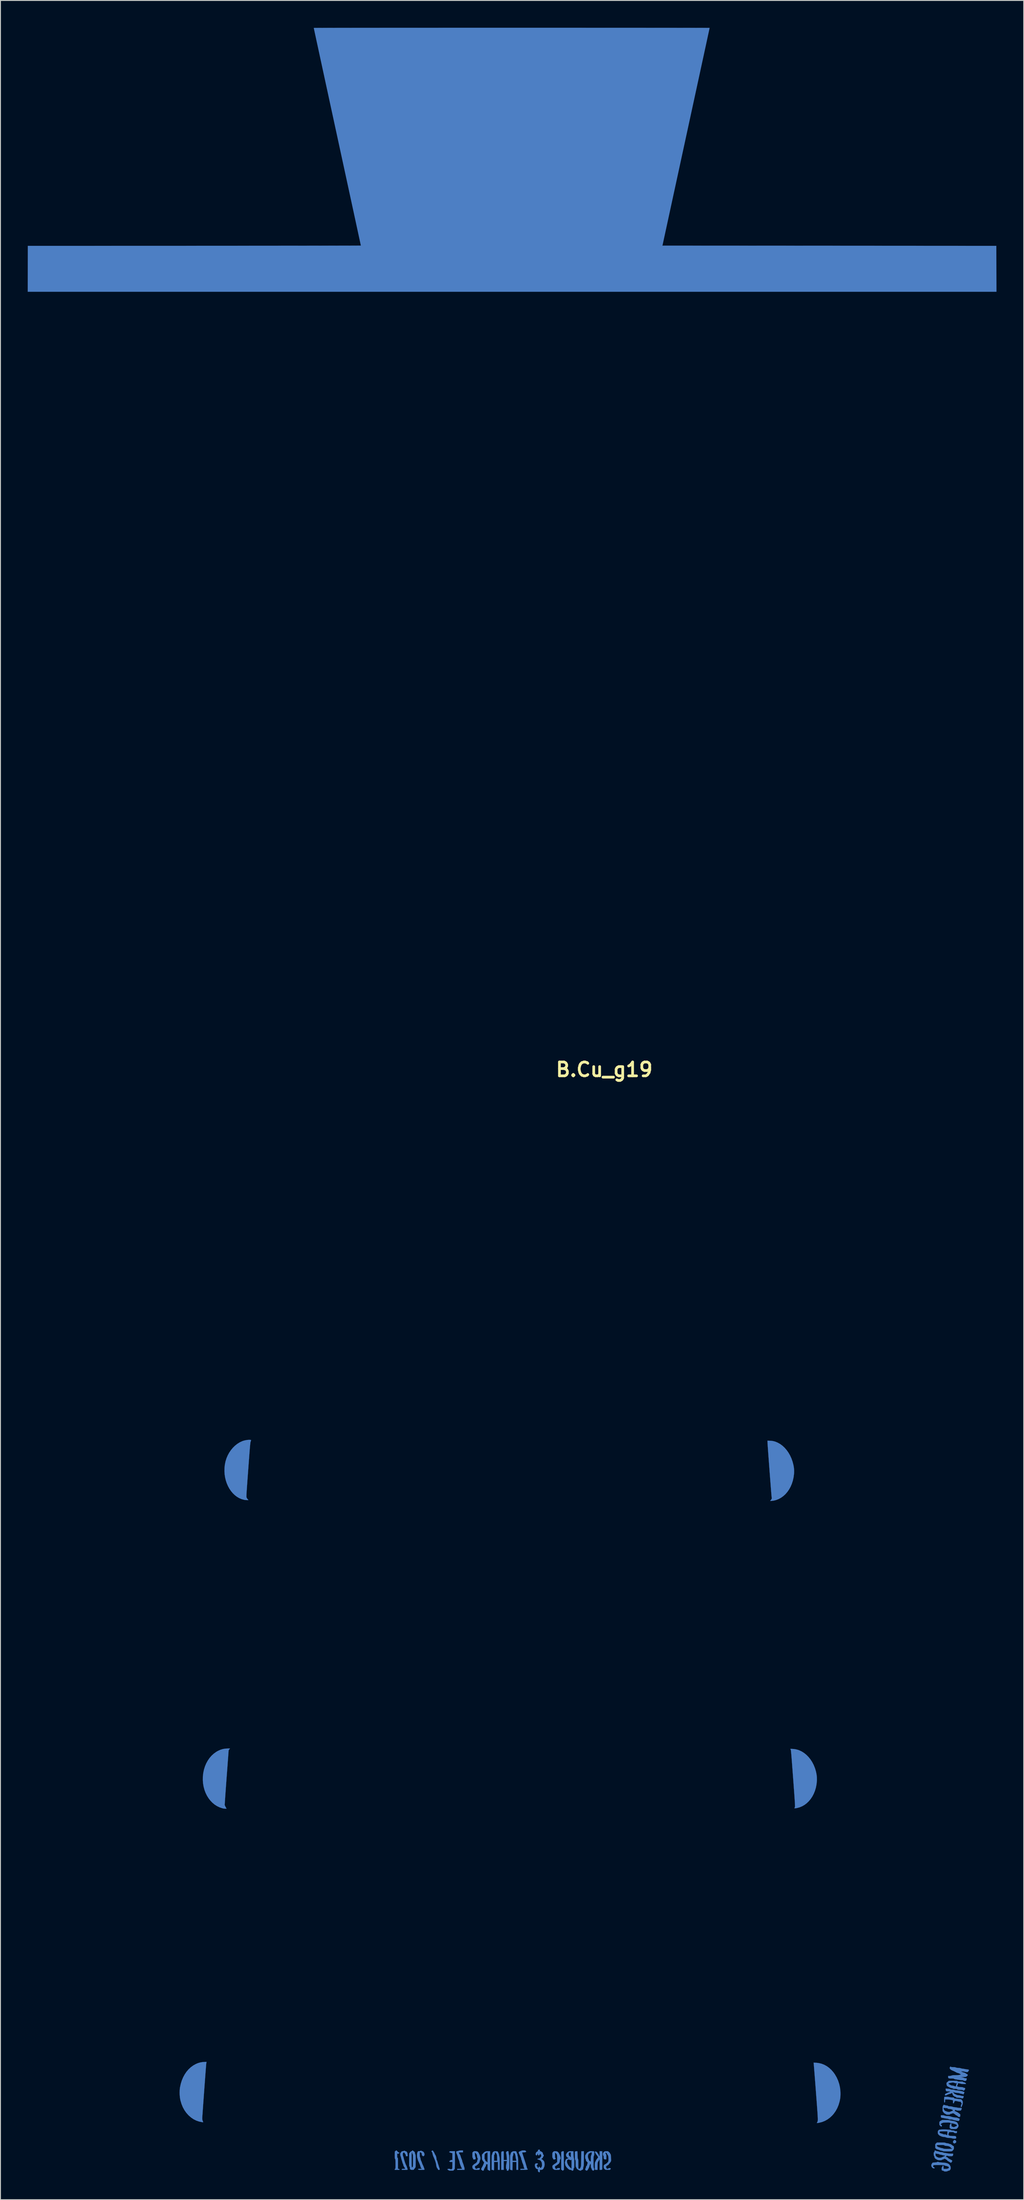
<source format=kicad_pcb>
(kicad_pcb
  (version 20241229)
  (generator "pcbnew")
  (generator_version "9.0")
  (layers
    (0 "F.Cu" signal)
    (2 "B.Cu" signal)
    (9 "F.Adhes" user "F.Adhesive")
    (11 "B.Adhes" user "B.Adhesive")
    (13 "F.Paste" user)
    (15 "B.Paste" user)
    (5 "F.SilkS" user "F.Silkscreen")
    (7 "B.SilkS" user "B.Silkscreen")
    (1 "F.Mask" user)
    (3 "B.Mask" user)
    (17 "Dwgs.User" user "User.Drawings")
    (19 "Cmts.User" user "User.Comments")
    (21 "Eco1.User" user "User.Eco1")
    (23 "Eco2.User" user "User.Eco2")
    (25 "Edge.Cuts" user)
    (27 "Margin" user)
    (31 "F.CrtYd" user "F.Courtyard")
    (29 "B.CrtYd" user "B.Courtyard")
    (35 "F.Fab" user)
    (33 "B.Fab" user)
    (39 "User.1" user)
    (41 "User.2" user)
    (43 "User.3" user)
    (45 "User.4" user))
  (footprint "B.Cu_g19"
    (layer "F.Cu")
    (at 63.484 114.623)
    (property "Reference" "B.Cu_g19" (at 0 0 0) (layer "F.SilkS") (effects (font (size 1.524 1.524) (thickness 0.3))))
    (attr through_hole)
    (fp_poly (pts (xy -4.456 119.01) (xy -4.45 120.024) (xy -4.445 121.038) (xy -4.491 121.088) (xy -4.542 121.126) (xy -4.59 121.135) (xy -4.624 121.113) (xy -4.628 121.103) (xy -4.657 121.07) (xy -4.691 121.051) (xy -4.741 121.032) (xy -4.74 120.063) (xy -4.739 119.094) (xy -4.677 119.045) (xy -4.608 119.008) (xy -4.535 119.003) (xy -4.456 119.01)) (stroke (width 0.01) (type solid)) (fill yes) (layer "B.Cu"))
    (fp_poly (pts (xy 38.624 117.785) (xy 38.682 117.817) (xy 38.728 117.863) (xy 38.754 117.921) (xy 38.756 117.944) (xy 38.745 118.021) (xy 38.706 118.076) (xy 38.632 118.117) (xy 38.629 118.118) (xy 38.554 118.144) (xy 38.507 118.149) (xy 38.481 118.133) (xy 38.47 118.11) (xy 38.447 118.076) (xy 38.427 118.068) (xy 38.405 118.05) (xy 38.396 118.007) (xy 38.397 117.955) (xy 38.409 117.908) (xy 38.43 117.884) (xy 38.463 117.856) (xy 38.482 117.821) (xy 38.515 117.783) (xy 38.565 117.772) (xy 38.624 117.785)) (stroke (width 0.01) (type solid)) (fill yes) (layer "B.Cu"))
    (fp_poly (pts (xy 37.336 115.048) (xy 37.429 115.071) (xy 37.453 115.082) (xy 37.514 115.104) (xy 37.594 115.119) (xy 37.702 115.129) (xy 37.772 115.132) (xy 37.901 115.14) (xy 38.008 115.155) (xy 38.113 115.179) (xy 38.216 115.211) (xy 38.375 115.256) (xy 38.524 115.283) (xy 38.64 115.293) (xy 38.757 115.303) (xy 38.843 115.317) (xy 38.909 115.338) (xy 38.941 115.353) (xy 39.003 115.382) (xy 39.057 115.399) (xy 39.073 115.401) (xy 39.104 115.418) (xy 39.119 115.462) (xy 39.117 115.52) (xy 39.101 115.579) (xy 39.069 115.628) (xy 39.067 115.63) (xy 39.046 115.65) (xy 39.026 115.663) (xy 39.001 115.669) (xy 38.963 115.669) (xy 38.905 115.661) (xy 38.82 115.647) (xy 38.703 115.625) (xy 38.597 115.604) (xy 38.501 115.581) (xy 38.424 115.559) (xy 38.382 115.543) (xy 38.317 115.52) (xy 38.225 115.509) (xy 38.144 115.507) (xy 38.045 115.504) (xy 37.976 115.494) (xy 37.923 115.474) (xy 37.905 115.464) (xy 37.838 115.435) (xy 37.77 115.422) (xy 37.765 115.422) (xy 37.713 115.418) (xy 37.633 115.407) (xy 37.539 115.391) (xy 37.489 115.382) (xy 37.39 115.362) (xy 37.297 115.344) (xy 37.224 115.331) (xy 37.2 115.327) (xy 37.127 115.309) (xy 37.086 115.28) (xy 37.067 115.23) (xy 37.063 115.155) (xy 37.063 115.041) (xy 37.215 115.041) (xy 37.336 115.048)) (stroke (width 0.01) (type solid)) (fill yes) (layer "B.Cu"))
    (fp_poly (pts (xy -18.883 118.934) (xy -18.848 118.962) (xy -18.838 118.983) (xy -18.825 119.014) (xy -18.793 119.057) (xy -18.789 119.061) (xy -18.754 119.111) (xy -18.716 119.182) (xy -18.69 119.242) (xy -18.658 119.317) (xy -18.625 119.38) (xy -18.602 119.413) (xy -18.564 119.475) (xy -18.528 119.564) (xy -18.499 119.666) (xy -18.481 119.765) (xy -18.479 119.814) (xy -18.467 119.916) (xy -18.441 119.975) (xy -18.418 120.019) (xy -18.39 120.09) (xy -18.362 120.176) (xy -18.354 120.206) (xy -18.326 120.308) (xy -18.295 120.413) (xy -18.267 120.501) (xy -18.264 120.512) (xy -18.238 120.591) (xy -18.216 120.664) (xy -18.205 120.703) (xy -18.185 120.765) (xy -18.158 120.837) (xy -18.153 120.848) (xy -18.131 120.917) (xy -18.119 120.981) (xy -18.119 120.991) (xy -18.122 121.029) (xy -18.139 121.047) (xy -18.181 121.052) (xy -18.213 121.052) (xy -18.272 121.05) (xy -18.301 121.037) (xy -18.316 121.005) (xy -18.322 120.975) (xy -18.344 120.913) (xy -18.376 120.888) (xy -18.408 120.866) (xy -18.415 120.848) (xy -18.424 120.809) (xy -18.447 120.756) (xy -18.45 120.749) (xy -18.471 120.693) (xy -18.489 120.613) (xy -18.501 120.534) (xy -18.531 120.357) (xy -18.586 120.155) (xy -18.664 119.932) (xy -18.762 119.696) (xy -18.805 119.602) (xy -18.847 119.5) (xy -18.884 119.378) (xy -18.919 119.225) (xy -18.923 119.204) (xy -18.947 119.135) (xy -18.984 119.076) (xy -18.988 119.071) (xy -19.037 119.019) (xy -18.983 118.965) (xy -18.942 118.93) (xy -18.909 118.924) (xy -18.883 118.934)) (stroke (width 0.01) (type solid)) (fill yes) (layer "B.Cu"))
    (fp_poly (pts (xy -41.284 74.786) (xy -41.326 74.839) (xy -41.354 74.881) (xy -41.36 74.897) (xy -41.361 74.92) (xy -41.366 74.983) (xy -41.373 75.084) (xy -41.383 75.22) (xy -41.396 75.388) (xy -41.41 75.586) (xy -41.427 75.812) (xy -41.446 76.064) (xy -41.466 76.339) (xy -41.488 76.634) (xy -41.511 76.947) (xy -41.536 77.276) (xy -41.562 77.618) (xy -41.582 77.89) (xy -41.608 78.242) (xy -41.633 78.582) (xy -41.657 78.909) (xy -41.679 79.22) (xy -41.7 79.513) (xy -41.72 79.785) (xy -41.737 80.034) (xy -41.752 80.257) (xy -41.765 80.451) (xy -41.776 80.615) (xy -41.783 80.747) (xy -41.789 80.842) (xy -41.791 80.9) (xy -41.791 80.917) (xy -41.775 80.96) (xy -41.744 81.029) (xy -41.703 81.11) (xy -41.683 81.148) (xy -41.589 81.322) (xy -41.723 81.321) (xy -41.807 81.315) (xy -41.913 81.3) (xy -42.02 81.278) (xy -42.049 81.271) (xy -42.35 81.171) (xy -42.634 81.035) (xy -42.9 80.865) (xy -43.145 80.662) (xy -43.369 80.43) (xy -43.569 80.171) (xy -43.745 79.888) (xy -43.895 79.582) (xy -44.017 79.257) (xy -44.11 78.915) (xy -44.172 78.558) (xy -44.202 78.189) (xy -44.198 77.81) (xy -44.195 77.761) (xy -44.151 77.379) (xy -44.074 77.011) (xy -43.964 76.661) (xy -43.824 76.33) (xy -43.654 76.021) (xy -43.457 75.737) (xy -43.234 75.481) (xy -42.986 75.255) (xy -42.715 75.062) (xy -42.547 74.965) (xy -42.279 74.843) (xy -42.011 74.759) (xy -41.734 74.711) (xy -41.462 74.697) (xy -41.208 74.697) (xy -41.284 74.786)) (stroke (width 0.01) (type solid)) (fill yes) (layer "B.Cu"))
    (fp_poly (pts (xy 18.251 40.836) (xy 18.462 40.852) (xy 18.653 40.886) (xy 18.84 40.94) (xy 19.036 41.02) (xy 19.103 41.051) (xy 19.372 41.202) (xy 19.627 41.391) (xy 19.865 41.614) (xy 20.085 41.869) (xy 20.284 42.151) (xy 20.46 42.458) (xy 20.611 42.787) (xy 20.734 43.135) (xy 20.828 43.498) (xy 20.837 43.54) (xy 20.884 43.821) (xy 20.906 44.085) (xy 20.904 44.35) (xy 20.893 44.503) (xy 20.842 44.879) (xy 20.761 45.239) (xy 20.651 45.579) (xy 20.514 45.899) (xy 20.35 46.195) (xy 20.163 46.465) (xy 19.954 46.708) (xy 19.724 46.92) (xy 19.474 47.101) (xy 19.208 47.248) (xy 18.925 47.358) (xy 18.669 47.423) (xy 18.569 47.439) (xy 18.468 47.451) (xy 18.386 47.456) (xy 18.379 47.456) (xy 18.264 47.456) (xy 18.339 47.368) (xy 18.398 47.287) (xy 18.436 47.211) (xy 18.45 47.148) (xy 18.439 47.11) (xy 18.435 47.086) (xy 18.429 47.024) (xy 18.42 46.925) (xy 18.408 46.792) (xy 18.394 46.629) (xy 18.379 46.437) (xy 18.361 46.221) (xy 18.342 45.982) (xy 18.322 45.725) (xy 18.301 45.45) (xy 18.278 45.162) (xy 18.255 44.864) (xy 18.232 44.557) (xy 18.208 44.246) (xy 18.184 43.932) (xy 18.161 43.62) (xy 18.138 43.31) (xy 18.115 43.008) (xy 18.093 42.714) (xy 18.073 42.433) (xy 18.053 42.167) (xy 18.036 41.919) (xy 18.019 41.691) (xy 18.005 41.488) (xy 17.993 41.31) (xy 17.983 41.162) (xy 17.976 41.047) (xy 17.972 40.966) (xy 17.971 40.925) (xy 17.971 40.825) (xy 18.251 40.836)) (stroke (width 0.01) (type solid)) (fill yes) (layer "B.Cu"))
    (fp_poly (pts (xy -43.803 109.243) (xy -43.816 109.315) (xy -43.827 109.393) (xy -43.828 109.4) (xy -43.832 109.448) (xy -43.84 109.534) (xy -43.849 109.655) (xy -43.862 109.809) (xy -43.876 109.992) (xy -43.892 110.202) (xy -43.91 110.435) (xy -43.929 110.688) (xy -43.949 110.958) (xy -43.97 111.243) (xy -43.992 111.539) (xy -44.015 111.843) (xy -44.037 112.152) (xy -44.06 112.463) (xy -44.083 112.774) (xy -44.105 113.081) (xy -44.127 113.381) (xy -44.148 113.67) (xy -44.168 113.947) (xy -44.186 114.209) (xy -44.203 114.451) (xy -44.219 114.671) (xy -44.232 114.866) (xy -44.244 115.033) (xy -44.253 115.169) (xy -44.259 115.271) (xy -44.263 115.336) (xy -44.264 115.358) (xy -44.262 115.447) (xy -44.255 115.521) (xy -44.239 115.591) (xy -44.211 115.673) (xy -44.168 115.779) (xy -44.165 115.787) (xy -44.16 115.816) (xy -44.167 115.821) (xy -44.197 115.817) (xy -44.254 115.809) (xy -44.305 115.801) (xy -44.624 115.735) (xy -44.925 115.63) (xy -45.211 115.488) (xy -45.482 115.306) (xy -45.741 115.084) (xy -45.795 115.031) (xy -46.028 114.768) (xy -46.232 114.475) (xy -46.406 114.155) (xy -46.548 113.81) (xy -46.656 113.443) (xy -46.685 113.317) (xy -46.723 113.088) (xy -46.747 112.836) (xy -46.756 112.575) (xy -46.75 112.318) (xy -46.73 112.08) (xy -46.715 111.982) (xy -46.631 111.592) (xy -46.517 111.223) (xy -46.373 110.878) (xy -46.201 110.558) (xy -46.003 110.265) (xy -45.779 110.002) (xy -45.532 109.771) (xy -45.262 109.572) (xy -44.991 109.419) (xy -44.751 109.315) (xy -44.515 109.244) (xy -44.27 109.2) (xy -44.061 109.183) (xy -43.788 109.171) (xy -43.803 109.243)) (stroke (width 0.01) (type solid)) (fill yes) (layer "B.Cu"))
    (fp_poly (pts (xy 23.307 109.268) (xy 23.624 109.304) (xy 23.93 109.379) (xy 24.224 109.494) (xy 24.503 109.647) (xy 24.766 109.838) (xy 25.011 110.064) (xy 25.236 110.325) (xy 25.384 110.531) (xy 25.583 110.871) (xy 25.745 111.23) (xy 25.87 111.606) (xy 25.956 111.993) (xy 26.002 112.39) (xy 26.009 112.528) (xy 26.011 112.761) (xy 26.003 112.967) (xy 25.984 113.16) (xy 25.951 113.354) (xy 25.906 113.555) (xy 25.795 113.926) (xy 25.651 114.272) (xy 25.473 114.592) (xy 25.262 114.888) (xy 25.097 115.076) (xy 24.851 115.307) (xy 24.583 115.503) (xy 24.298 115.663) (xy 23.997 115.785) (xy 23.683 115.867) (xy 23.635 115.876) (xy 23.536 115.893) (xy 23.471 115.903) (xy 23.433 115.907) (xy 23.416 115.906) (xy 23.41 115.899) (xy 23.41 115.897) (xy 23.419 115.873) (xy 23.441 115.825) (xy 23.454 115.8) (xy 23.467 115.775) (xy 23.478 115.752) (xy 23.488 115.727) (xy 23.496 115.699) (xy 23.503 115.666) (xy 23.508 115.625) (xy 23.511 115.574) (xy 23.513 115.512) (xy 23.512 115.436) (xy 23.51 115.344) (xy 23.505 115.233) (xy 23.499 115.103) (xy 23.489 114.951) (xy 23.478 114.775) (xy 23.464 114.572) (xy 23.448 114.34) (xy 23.428 114.078) (xy 23.407 113.784) (xy 23.382 113.454) (xy 23.354 113.088) (xy 23.323 112.683) (xy 23.305 112.437) (xy 23.277 112.081) (xy 23.251 111.736) (xy 23.226 111.405) (xy 23.201 111.089) (xy 23.178 110.791) (xy 23.156 110.513) (xy 23.136 110.259) (xy 23.118 110.03) (xy 23.102 109.829) (xy 23.088 109.658) (xy 23.077 109.521) (xy 23.068 109.418) (xy 23.062 109.352) (xy 23.059 109.328) (xy 23.045 109.256) (xy 23.307 109.268)) (stroke (width 0.01) (type solid)) (fill yes) (layer "B.Cu"))
    (fp_poly (pts (xy -16.447 119.953) (xy -16.447 120.211) (xy -16.448 120.429) (xy -16.451 120.607) (xy -16.454 120.747) (xy -16.458 120.85) (xy -16.463 120.918) (xy -16.469 120.951) (xy -16.47 120.953) (xy -16.5 120.998) (xy -16.544 121.052) (xy -16.559 121.068) (xy -16.624 121.137) (xy -16.86 121.137) (xy -16.965 121.136) (xy -17.037 121.133) (xy -17.083 121.126) (xy -17.113 121.114) (xy -17.134 121.095) (xy -17.134 121.094) (xy -17.177 121.062) (xy -17.212 121.052) (xy -17.243 121.038) (xy -17.251 120.999) (xy -17.249 120.972) (xy -17.236 120.956) (xy -17.204 120.948) (xy -17.142 120.946) (xy -17.103 120.946) (xy -17.018 120.949) (xy -16.963 120.958) (xy -16.926 120.976) (xy -16.911 120.989) (xy -16.869 121.018) (xy -16.838 121.012) (xy -16.828 120.978) (xy -16.809 120.953) (xy -16.78 120.943) (xy -16.763 120.939) (xy -16.75 120.93) (xy -16.742 120.909) (xy -16.736 120.871) (xy -16.732 120.809) (xy -16.729 120.718) (xy -16.727 120.592) (xy -16.726 120.56) (xy -16.721 120.184) (xy -16.843 120.184) (xy -16.947 120.18) (xy -17.014 120.169) (xy -17.05 120.148) (xy -17.06 120.118) (xy -17.048 120.085) (xy -17.032 120.079) (xy -17 120.064) (xy -16.958 120.029) (xy -16.954 120.026) (xy -16.906 119.988) (xy -16.843 119.974) (xy -16.813 119.973) (xy -16.722 119.973) (xy -16.722 119.216) (xy -16.809 119.202) (xy -16.876 119.186) (xy -16.932 119.162) (xy -16.941 119.157) (xy -16.995 119.132) (xy -17.033 119.126) (xy -17.073 119.119) (xy -17.076 119.096) (xy -17.042 119.054) (xy -17.033 119.045) (xy -17.009 119.026) (xy -16.981 119.013) (xy -16.94 119.005) (xy -16.877 119.001) (xy -16.786 118.999) (xy -16.715 118.999) (xy -16.447 118.999) (xy -16.447 119.953)) (stroke (width 0.01) (type solid)) (fill yes) (layer "B.Cu"))
    (fp_poly (pts (xy 20.884 74.752) (xy 21.1 74.787) (xy 21.315 74.842) (xy 21.452 74.889) (xy 21.735 75.02) (xy 22.003 75.189) (xy 22.256 75.394) (xy 22.491 75.631) (xy 22.705 75.898) (xy 22.895 76.192) (xy 23.06 76.509) (xy 23.196 76.848) (xy 23.22 76.917) (xy 23.314 77.243) (xy 23.377 77.553) (xy 23.41 77.858) (xy 23.415 78.169) (xy 23.409 78.296) (xy 23.369 78.666) (xy 23.297 79.022) (xy 23.196 79.36) (xy 23.066 79.679) (xy 22.91 79.976) (xy 22.729 80.248) (xy 22.525 80.494) (xy 22.3 80.711) (xy 22.055 80.897) (xy 21.792 81.049) (xy 21.512 81.166) (xy 21.218 81.245) (xy 21.204 81.248) (xy 21.084 81.269) (xy 21.002 81.278) (xy 20.953 81.276) (xy 20.934 81.264) (xy 20.934 81.26) (xy 20.949 81.231) (xy 20.953 81.228) (xy 20.968 81.203) (xy 20.987 81.149) (xy 20.997 81.112) (xy 21 81.093) (xy 21.002 81.065) (xy 21.003 81.027) (xy 21.003 80.976) (xy 21.001 80.91) (xy 20.997 80.828) (xy 20.992 80.726) (xy 20.985 80.605) (xy 20.976 80.46) (xy 20.965 80.291) (xy 20.952 80.094) (xy 20.936 79.869) (xy 20.918 79.614) (xy 20.897 79.325) (xy 20.873 79.002) (xy 20.847 78.642) (xy 20.817 78.243) (xy 20.796 77.953) (xy 20.764 77.527) (xy 20.735 77.142) (xy 20.709 76.795) (xy 20.686 76.485) (xy 20.665 76.208) (xy 20.646 75.964) (xy 20.629 75.75) (xy 20.614 75.564) (xy 20.601 75.405) (xy 20.589 75.269) (xy 20.579 75.156) (xy 20.569 75.063) (xy 20.561 74.988) (xy 20.554 74.93) (xy 20.547 74.885) (xy 20.54 74.853) (xy 20.534 74.831) (xy 20.53 74.819) (xy 20.49 74.74) (xy 20.682 74.74) (xy 20.884 74.752)) (stroke (width 0.01) (type solid)) (fill yes) (layer "B.Cu"))
    (fp_poly (pts (xy -15.557 119.126) (xy -15.78 119.126) (xy -15.884 119.127) (xy -15.952 119.131) (xy -15.989 119.143) (xy -16.002 119.166) (xy -15.995 119.203) (xy -15.98 119.244) (xy -15.953 119.297) (xy -15.912 119.36) (xy -15.898 119.378) (xy -15.856 119.448) (xy -15.822 119.535) (xy -15.814 119.569) (xy -15.792 119.646) (xy -15.759 119.741) (xy -15.72 119.836) (xy -15.716 119.847) (xy -15.681 119.93) (xy -15.655 120.006) (xy -15.642 120.061) (xy -15.642 120.071) (xy -15.634 120.117) (xy -15.612 120.19) (xy -15.581 120.275) (xy -15.566 120.311) (xy -15.53 120.403) (xy -15.498 120.492) (xy -15.476 120.562) (xy -15.472 120.58) (xy -15.451 120.659) (xy -15.424 120.737) (xy -15.421 120.746) (xy -15.401 120.815) (xy -15.39 120.9) (xy -15.388 120.938) (xy -15.388 121.052) (xy -16.192 121.052) (xy -16.192 120.946) (xy -15.928 120.946) (xy -15.828 120.945) (xy -15.745 120.943) (xy -15.688 120.939) (xy -15.664 120.935) (xy -15.663 120.934) (xy -15.672 120.911) (xy -15.695 120.86) (xy -15.728 120.788) (xy -15.747 120.749) (xy -15.797 120.638) (xy -15.844 120.519) (xy -15.885 120.402) (xy -15.916 120.297) (xy -15.935 120.215) (xy -15.938 120.18) (xy -15.947 120.124) (xy -15.969 120.055) (xy -15.979 120.031) (xy -16.035 119.901) (xy -16.075 119.799) (xy -16.104 119.715) (xy -16.123 119.639) (xy -16.129 119.61) (xy -16.15 119.531) (xy -16.184 119.434) (xy -16.224 119.341) (xy -16.226 119.337) (xy -16.269 119.238) (xy -16.291 119.162) (xy -16.294 119.097) (xy -16.294 119.096) (xy -16.288 119.043) (xy -16.272 119.016) (xy -16.234 119.004) (xy -16.192 118.998) (xy -16.112 118.982) (xy -16.033 118.957) (xy -16.019 118.951) (xy -15.951 118.929) (xy -15.858 118.917) (xy -15.749 118.914) (xy -15.557 118.914) (xy -15.557 119.126)) (stroke (width 0.01) (type solid)) (fill yes) (layer "B.Cu"))
    (fp_poly (pts (xy -10.535 119.152) (xy -10.526 119.243) (xy -10.51 119.331) (xy -10.492 119.391) (xy -10.483 119.419) (xy -10.475 119.456) (xy -10.47 119.507) (xy -10.465 119.575) (xy -10.462 119.665) (xy -10.46 119.782) (xy -10.458 119.93) (xy -10.457 120.115) (xy -10.457 120.211) (xy -10.457 120.407) (xy -10.457 120.565) (xy -10.458 120.69) (xy -10.46 120.785) (xy -10.463 120.856) (xy -10.467 120.906) (xy -10.472 120.94) (xy -10.48 120.963) (xy -10.489 120.978) (xy -10.499 120.989) (xy -10.531 121.039) (xy -10.541 121.084) (xy -10.545 121.117) (xy -10.564 121.132) (xy -10.611 121.137) (xy -10.636 121.137) (xy -10.732 121.137) (xy -10.732 121.057) (xy -10.741 120.991) (xy -10.773 120.952) (xy -10.774 120.951) (xy -10.795 120.933) (xy -10.808 120.903) (xy -10.814 120.853) (xy -10.816 120.773) (xy -10.816 120.75) (xy -10.812 120.647) (xy -10.801 120.54) (xy -10.787 120.453) (xy -10.786 120.449) (xy -10.766 120.353) (xy -10.748 120.25) (xy -10.741 120.2) (xy -10.727 120.079) (xy -11.07 120.079) (xy -11.07 121.052) (xy -11.345 121.052) (xy -11.345 120.071) (xy -11.345 119.841) (xy -11.345 119.649) (xy -11.344 119.493) (xy -11.343 119.368) (xy -11.341 119.27) (xy -11.338 119.196) (xy -11.334 119.143) (xy -11.329 119.106) (xy -11.323 119.081) (xy -11.316 119.067) (xy -11.308 119.058) (xy -11.234 119.019) (xy -11.149 119.008) (xy -11.118 119.013) (xy -11.07 119.025) (xy -11.07 119.973) (xy -10.725 119.973) (xy -10.738 119.692) (xy -10.745 119.572) (xy -10.756 119.459) (xy -10.77 119.366) (xy -10.783 119.306) (xy -10.809 119.204) (xy -10.813 119.135) (xy -10.796 119.098) (xy -10.785 119.092) (xy -10.753 119.063) (xy -10.741 119.039) (xy -10.723 119.013) (xy -10.682 119.001) (xy -10.636 118.999) (xy -10.544 118.999) (xy -10.535 119.152)) (stroke (width 0.01) (type solid)) (fill yes) (layer "B.Cu"))
    (fp_poly (pts (xy -38.985 40.74) (xy -38.984 40.74) (xy -38.924 40.748) (xy -38.896 40.761) (xy -38.892 40.784) (xy -38.896 40.807) (xy -38.911 40.859) (xy -38.934 40.93) (xy -38.947 40.968) (xy -38.953 40.989) (xy -38.96 41.023) (xy -38.967 41.07) (xy -38.975 41.133) (xy -38.984 41.214) (xy -38.993 41.315) (xy -39.005 41.438) (xy -39.017 41.584) (xy -39.032 41.756) (xy -39.048 41.956) (xy -39.066 42.186) (xy -39.086 42.447) (xy -39.108 42.742) (xy -39.133 43.072) (xy -39.16 43.44) (xy -39.19 43.847) (xy -39.204 44.028) (xy -39.234 44.44) (xy -39.261 44.812) (xy -39.286 45.146) (xy -39.307 45.444) (xy -39.327 45.708) (xy -39.343 45.941) (xy -39.357 46.144) (xy -39.369 46.32) (xy -39.379 46.471) (xy -39.387 46.599) (xy -39.393 46.706) (xy -39.398 46.794) (xy -39.4 46.865) (xy -39.402 46.922) (xy -39.401 46.966) (xy -39.4 47) (xy -39.398 47.026) (xy -39.394 47.046) (xy -39.39 47.063) (xy -39.385 47.077) (xy -39.384 47.08) (xy -39.348 47.152) (xy -39.296 47.231) (xy -39.261 47.274) (xy -39.176 47.371) (xy -39.342 47.369) (xy -39.446 47.364) (xy -39.558 47.353) (xy -39.645 47.339) (xy -39.93 47.261) (xy -40.2 47.146) (xy -40.453 46.995) (xy -40.69 46.813) (xy -40.908 46.601) (xy -41.105 46.363) (xy -41.282 46.101) (xy -41.436 45.817) (xy -41.566 45.514) (xy -41.671 45.196) (xy -41.75 44.865) (xy -41.801 44.523) (xy -41.823 44.173) (xy -41.814 43.818) (xy -41.774 43.461) (xy -41.701 43.104) (xy -41.698 43.095) (xy -41.595 42.765) (xy -41.46 42.447) (xy -41.296 42.147) (xy -41.105 41.866) (xy -40.89 41.609) (xy -40.655 41.378) (xy -40.402 41.179) (xy -40.135 41.012) (xy -39.856 40.883) (xy -39.778 40.855) (xy -39.618 40.808) (xy -39.446 40.771) (xy -39.275 40.746) (xy -39.117 40.735) (xy -38.985 40.74)) (stroke (width 0.01) (type solid)) (fill yes) (layer "B.Cu"))
    (fp_poly (pts (xy -22.84 118.941) (xy -22.813 118.974) (xy -22.774 119.023) (xy -22.766 119.032) (xy -22.712 119.084) (xy -22.644 119.128) (xy -22.628 119.136) (xy -22.57 119.168) (xy -22.544 119.193) (xy -22.555 119.208) (xy -22.58 119.211) (xy -22.62 119.227) (xy -22.643 119.253) (xy -22.68 119.29) (xy -22.721 119.287) (xy -22.758 119.26) (xy -22.774 119.247) (xy -22.785 119.248) (xy -22.792 119.269) (xy -22.795 119.316) (xy -22.796 119.395) (xy -22.797 119.467) (xy -22.796 119.572) (xy -22.793 119.644) (xy -22.787 119.689) (xy -22.776 119.715) (xy -22.759 119.732) (xy -22.754 119.735) (xy -22.742 119.744) (xy -22.732 119.758) (xy -22.725 119.782) (xy -22.719 119.82) (xy -22.716 119.877) (xy -22.714 119.959) (xy -22.712 120.069) (xy -22.712 120.213) (xy -22.712 120.354) (xy -22.712 120.946) (xy -22.653 120.946) (xy -22.589 120.96) (xy -22.55 120.995) (xy -22.543 121.025) (xy -22.553 121.037) (xy -22.586 121.045) (xy -22.649 121.05) (xy -22.747 121.052) (xy -22.807 121.052) (xy -23.072 121.052) (xy -23.072 120.999) (xy -23.062 120.958) (xy -23.029 120.946) (xy -23.016 120.945) (xy -23.006 120.937) (xy -22.999 120.919) (xy -22.994 120.885) (xy -22.99 120.83) (xy -22.988 120.749) (xy -22.987 120.638) (xy -22.987 120.492) (xy -22.987 120.417) (xy -22.987 120.253) (xy -22.988 120.127) (xy -22.99 120.032) (xy -22.993 119.963) (xy -22.998 119.916) (xy -23.005 119.884) (xy -23.014 119.864) (xy -23.027 119.848) (xy -23.029 119.846) (xy -23.044 119.828) (xy -23.055 119.805) (xy -23.063 119.77) (xy -23.068 119.718) (xy -23.07 119.641) (xy -23.071 119.533) (xy -23.072 119.412) (xy -23.071 119.26) (xy -23.068 119.147) (xy -23.063 119.072) (xy -23.056 119.031) (xy -23.048 119.02) (xy -23.018 119.006) (xy -22.978 118.971) (xy -22.975 118.967) (xy -22.918 118.923) (xy -22.869 118.919) (xy -22.84 118.941)) (stroke (width 0.01) (type solid)) (fill yes) (layer "B.Cu"))
    (fp_poly (pts (xy -11.829 119.014) (xy -11.748 119.043) (xy -11.698 119.085) (xy -11.684 119.132) (xy -11.67 119.182) (xy -11.642 119.232) (xy -11.611 119.291) (xy -11.6 119.349) (xy -11.594 119.401) (xy -11.579 119.477) (xy -11.558 119.562) (xy -11.557 119.565) (xy -11.545 119.612) (xy -11.536 119.659) (xy -11.528 119.713) (xy -11.523 119.778) (xy -11.519 119.861) (xy -11.517 119.966) (xy -11.515 120.099) (xy -11.515 120.266) (xy -11.515 120.385) (xy -11.515 121.052) (xy -11.705 121.052) (xy -11.705 120.184) (xy -12.129 120.184) (xy -12.129 120.625) (xy -12.129 120.782) (xy -12.131 120.902) (xy -12.136 120.989) (xy -12.143 121.049) (xy -12.155 121.087) (xy -12.172 121.107) (xy -12.194 121.115) (xy -12.207 121.116) (xy -12.231 121.099) (xy -12.234 121.084) (xy -12.248 121.062) (xy -12.295 121.053) (xy -12.319 121.052) (xy -12.404 121.052) (xy -12.404 120.258) (xy -12.404 120.053) (xy -12.403 119.886) (xy -12.402 119.753) (xy -12.402 119.724) (xy -12.129 119.724) (xy -12.129 120.057) (xy -11.785 120.057) (xy -11.794 119.745) (xy -11.799 119.601) (xy -11.807 119.494) (xy -11.818 119.417) (xy -11.833 119.365) (xy -11.836 119.359) (xy -11.862 119.3) (xy -11.88 119.253) (xy -11.882 119.248) (xy -11.908 119.216) (xy -11.927 119.211) (xy -11.953 119.193) (xy -11.959 119.168) (xy -11.974 119.133) (xy -12.002 119.126) (xy -12.027 119.132) (xy -12.04 119.155) (xy -12.044 119.207) (xy -12.044 119.232) (xy -12.048 119.302) (xy -12.063 119.343) (xy -12.086 119.364) (xy -12.102 119.376) (xy -12.114 119.396) (xy -12.121 119.429) (xy -12.126 119.481) (xy -12.128 119.56) (xy -12.128 119.673) (xy -12.129 119.724) (xy -12.402 119.724) (xy -12.4 119.648) (xy -12.398 119.568) (xy -12.394 119.509) (xy -12.388 119.465) (xy -12.381 119.433) (xy -12.372 119.408) (xy -12.362 119.386) (xy -12.361 119.386) (xy -12.334 119.318) (xy -12.32 119.253) (xy -12.319 119.242) (xy -12.3 119.17) (xy -12.249 119.1) (xy -12.2 119.054) (xy -12.149 119.027) (xy -12.079 119.012) (xy -12.058 119.009) (xy -11.934 119.002) (xy -11.829 119.014)) (stroke (width 0.01) (type solid)) (fill yes) (layer "B.Cu"))
    (fp_poly (pts (xy -0.222 119.01) (xy -0.217 119.99) (xy -0.216 120.261) (xy -0.216 120.491) (xy -0.217 120.68) (xy -0.22 120.826) (xy -0.224 120.93) (xy -0.229 120.993) (xy -0.233 121.011) (xy -0.254 121.035) (xy -0.291 121.047) (xy -0.355 121.052) (xy -0.382 121.052) (xy -0.508 121.052) (xy -0.508 120.481) (xy -0.508 120.308) (xy -0.509 120.174) (xy -0.511 120.072) (xy -0.514 120) (xy -0.519 119.952) (xy -0.525 119.924) (xy -0.533 119.911) (xy -0.54 119.909) (xy -0.565 119.927) (xy -0.572 119.959) (xy -0.585 120.011) (xy -0.605 120.038) (xy -0.632 120.072) (xy -0.666 120.131) (xy -0.69 120.181) (xy -0.708 120.225) (xy -0.722 120.267) (xy -0.731 120.314) (xy -0.736 120.376) (xy -0.739 120.458) (xy -0.741 120.569) (xy -0.741 120.674) (xy -0.741 121.052) (xy -0.875 121.052) (xy -0.947 121.05) (xy -1.001 121.045) (xy -1.023 121.038) (xy -1.028 121.013) (xy -1.032 120.953) (xy -1.035 120.865) (xy -1.037 120.755) (xy -1.037 120.644) (xy -1.037 120.505) (xy -1.035 120.401) (xy -1.031 120.327) (xy -1.025 120.274) (xy -1.016 120.236) (xy -1.003 120.207) (xy -0.997 120.197) (xy -0.966 120.14) (xy -0.93 120.064) (xy -0.909 120.015) (xy -0.866 119.932) (xy -0.806 119.846) (xy -0.769 119.803) (xy -0.721 119.747) (xy -0.688 119.699) (xy -0.677 119.674) (xy -0.69 119.636) (xy -0.721 119.577) (xy -0.766 119.506) (xy -0.816 119.435) (xy -0.865 119.373) (xy -0.897 119.339) (xy -0.934 119.293) (xy -0.952 119.249) (xy -0.953 119.245) (xy -0.966 119.2) (xy -0.998 119.154) (xy -1.028 119.118) (xy -1.03 119.094) (xy -1.006 119.063) (xy -0.958 119.026) (xy -0.915 119.029) (xy -0.887 119.054) (xy -0.845 119.089) (xy -0.81 119.107) (xy -0.765 119.145) (xy -0.748 119.189) (xy -0.729 119.237) (xy -0.701 119.263) (xy -0.676 119.288) (xy -0.644 119.341) (xy -0.614 119.412) (xy -0.58 119.495) (xy -0.554 119.54) (xy -0.534 119.548) (xy -0.52 119.517) (xy -0.512 119.446) (xy -0.508 119.334) (xy -0.508 119.273) (xy -0.508 118.997) (xy -0.222 119.01)) (stroke (width 0.01) (type solid)) (fill yes) (layer "B.Cu"))
    (fp_poly (pts (xy -9.773 119.006) (xy -9.703 119.03) (xy -9.664 119.073) (xy -9.652 119.135) (xy -9.637 119.205) (xy -9.61 119.242) (xy -9.575 119.302) (xy -9.567 119.357) (xy -9.561 119.416) (xy -9.546 119.498) (xy -9.525 119.581) (xy -9.513 119.626) (xy -9.503 119.673) (xy -9.496 119.725) (xy -9.491 119.79) (xy -9.487 119.871) (xy -9.485 119.976) (xy -9.483 120.109) (xy -9.483 120.275) (xy -9.483 120.391) (xy -9.483 121.052) (xy -9.673 121.052) (xy -9.673 120.184) (xy -10.096 120.184) (xy -10.101 120.644) (xy -10.104 120.797) (xy -10.106 120.911) (xy -10.11 120.994) (xy -10.114 121.051) (xy -10.121 121.085) (xy -10.129 121.104) (xy -10.141 121.111) (xy -10.142 121.111) (xy -10.182 121.101) (xy -10.195 121.087) (xy -10.227 121.064) (xy -10.28 121.049) (xy -10.287 121.049) (xy -10.361 121.042) (xy -10.367 120.25) (xy -10.368 120.057) (xy -10.097 120.057) (xy -9.885 120.057) (xy -9.784 120.056) (xy -9.72 120.052) (xy -9.685 120.043) (xy -9.673 120.03) (xy -9.673 120.028) (xy -9.68 119.992) (xy -9.698 119.934) (xy -9.707 119.907) (xy -9.725 119.842) (xy -9.743 119.751) (xy -9.757 119.652) (xy -9.76 119.625) (xy -9.777 119.502) (xy -9.802 119.392) (xy -9.833 119.303) (xy -9.868 119.241) (xy -9.902 119.212) (xy -9.91 119.211) (xy -9.942 119.195) (xy -9.948 119.176) (xy -9.954 119.154) (xy -9.977 119.166) (xy -9.98 119.168) (xy -10.003 119.213) (xy -10.012 119.295) (xy -10.012 119.306) (xy -10.023 119.409) (xy -10.052 119.505) (xy -10.054 119.51) (xy -10.074 119.565) (xy -10.087 119.628) (xy -10.094 119.711) (xy -10.096 119.824) (xy -10.096 119.83) (xy -10.097 120.057) (xy -10.368 120.057) (xy -10.368 120.045) (xy -10.369 119.878) (xy -10.369 119.745) (xy -10.368 119.64) (xy -10.365 119.561) (xy -10.362 119.501) (xy -10.357 119.456) (xy -10.35 119.423) (xy -10.341 119.396) (xy -10.331 119.372) (xy -10.33 119.37) (xy -10.303 119.304) (xy -10.288 119.243) (xy -10.287 119.227) (xy -10.268 119.173) (xy -10.218 119.114) (xy -10.145 119.06) (xy -10.081 119.028) (xy -10.023 119.012) (xy -9.942 119.002) (xy -9.88 118.999) (xy -9.773 119.006)) (stroke (width 0.01) (type solid)) (fill yes) (layer "B.Cu"))
    (fp_poly (pts (xy -8.782 118.915) (xy -8.723 118.919) (xy -8.691 118.927) (xy -8.679 118.941) (xy -8.678 118.948) (xy -8.661 118.98) (xy -8.636 118.993) (xy -8.6 119.016) (xy -8.601 119.051) (xy -8.638 119.091) (xy -8.641 119.093) (xy -8.687 119.112) (xy -8.762 119.123) (xy -8.863 119.126) (xy -8.96 119.128) (xy -9.017 119.136) (xy -9.038 119.149) (xy -9.038 119.151) (xy -9.032 119.18) (xy -9.015 119.24) (xy -8.989 119.324) (xy -8.958 119.422) (xy -8.954 119.432) (xy -8.918 119.544) (xy -8.881 119.654) (xy -8.85 119.751) (xy -8.829 119.814) (xy -8.801 119.901) (xy -8.767 120.005) (xy -8.735 120.1) (xy -8.701 120.206) (xy -8.664 120.324) (xy -8.637 120.417) (xy -8.607 120.518) (xy -8.576 120.624) (xy -8.55 120.707) (xy -8.529 120.78) (xy -8.514 120.839) (xy -8.509 120.87) (xy -8.493 120.905) (xy -8.462 120.935) (xy -8.43 120.965) (xy -8.432 120.995) (xy -8.437 121.005) (xy -8.45 121.018) (xy -8.473 121.028) (xy -8.512 121.035) (xy -8.573 121.04) (xy -8.662 121.044) (xy -8.784 121.046) (xy -8.845 121.047) (xy -9.229 121.053) (xy -9.229 120.946) (xy -9.006 120.946) (xy -8.913 120.945) (xy -8.839 120.94) (xy -8.794 120.933) (xy -8.784 120.926) (xy -8.794 120.896) (xy -8.818 120.848) (xy -8.825 120.836) (xy -8.851 120.774) (xy -8.872 120.693) (xy -8.88 120.65) (xy -8.897 120.572) (xy -8.927 120.477) (xy -8.965 120.384) (xy -8.968 120.377) (xy -9.007 120.285) (xy -9.039 120.189) (xy -9.06 120.109) (xy -9.06 120.105) (xy -9.077 120.033) (xy -9.098 119.974) (xy -9.112 119.952) (xy -9.133 119.907) (xy -9.144 119.842) (xy -9.144 119.828) (xy -9.15 119.778) (xy -9.168 119.714) (xy -9.203 119.63) (xy -9.255 119.518) (xy -9.282 119.465) (xy -9.331 119.364) (xy -9.372 119.274) (xy -9.402 119.203) (xy -9.418 119.159) (xy -9.419 119.151) (xy -9.401 119.103) (xy -9.357 119.054) (xy -9.3 119.015) (xy -9.243 118.999) (xy -9.241 118.999) (xy -9.182 118.986) (xy -9.129 118.957) (xy -9.096 118.936) (xy -9.054 118.923) (xy -8.992 118.917) (xy -8.901 118.914) (xy -8.877 118.914) (xy -8.782 118.915)) (stroke (width 0.01) (type solid)) (fill yes) (layer "B.Cu"))
    (fp_poly (pts (xy 37.706 113.01) (xy 37.818 113.018) (xy 37.927 113.032) (xy 38.017 113.051) (xy 38.14 113.076) (xy 38.273 113.091) (xy 38.338 113.093) (xy 38.421 113.094) (xy 38.469 113.098) (xy 38.494 113.108) (xy 38.501 113.126) (xy 38.502 113.142) (xy 38.504 113.16) (xy 38.514 113.174) (xy 38.537 113.186) (xy 38.58 113.197) (xy 38.648 113.21) (xy 38.748 113.224) (xy 38.846 113.238) (xy 38.966 113.254) (xy 39.075 113.267) (xy 39.165 113.278) (xy 39.226 113.284) (xy 39.247 113.285) (xy 39.299 113.302) (xy 39.356 113.348) (xy 39.411 113.412) (xy 39.452 113.483) (xy 39.468 113.533) (xy 39.476 113.629) (xy 39.47 113.738) (xy 39.453 113.844) (xy 39.426 113.93) (xy 39.415 113.951) (xy 39.386 114.008) (xy 39.371 114.056) (xy 39.37 114.065) (xy 39.356 114.104) (xy 39.324 114.145) (xy 39.288 114.171) (xy 39.278 114.173) (xy 39.271 114.154) (xy 39.266 114.103) (xy 39.264 114.039) (xy 39.267 113.961) (xy 39.277 113.911) (xy 39.298 113.875) (xy 39.315 113.857) (xy 39.349 113.817) (xy 39.354 113.779) (xy 39.345 113.749) (xy 39.32 113.697) (xy 39.294 113.664) (xy 39.268 113.622) (xy 39.264 113.599) (xy 39.256 113.573) (xy 39.226 113.561) (xy 39.174 113.559) (xy 39.108 113.553) (xy 39.02 113.538) (xy 38.929 113.518) (xy 38.925 113.517) (xy 38.835 113.496) (xy 38.749 113.481) (xy 38.684 113.475) (xy 38.682 113.475) (xy 38.629 113.478) (xy 38.595 113.495) (xy 38.565 113.536) (xy 38.55 113.564) (xy 38.521 113.626) (xy 38.504 113.677) (xy 38.502 113.691) (xy 38.486 113.721) (xy 38.449 113.728) (xy 38.423 113.727) (xy 38.407 113.715) (xy 38.399 113.685) (xy 38.397 113.629) (xy 38.396 113.563) (xy 38.396 113.398) (xy 38.19 113.352) (xy 37.978 113.316) (xy 37.756 113.305) (xy 37.529 113.305) (xy 37.529 113.449) (xy 37.523 113.548) (xy 37.506 113.609) (xy 37.476 113.639) (xy 37.45 113.644) (xy 37.439 113.634) (xy 37.431 113.602) (xy 37.426 113.541) (xy 37.423 113.448) (xy 37.423 113.348) (xy 37.423 113.23) (xy 37.425 113.147) (xy 37.429 113.093) (xy 37.437 113.06) (xy 37.449 113.041) (xy 37.464 113.031) (xy 37.517 113.016) (xy 37.602 113.009) (xy 37.706 113.01)) (stroke (width 0.01) (type solid)) (fill yes) (layer "B.Cu"))
    (fp_poly (pts (xy -2.244 119.786) (xy -2.245 119.992) (xy -2.245 120.161) (xy -2.247 120.296) (xy -2.249 120.403) (xy -2.252 120.486) (xy -2.256 120.55) (xy -2.262 120.599) (xy -2.27 120.638) (xy -2.279 120.672) (xy -2.286 120.692) (xy -2.31 120.775) (xy -2.325 120.858) (xy -2.328 120.897) (xy -2.341 120.981) (xy -2.381 121.033) (xy -2.448 121.052) (xy -2.457 121.052) (xy -2.505 121.061) (xy -2.519 121.082) (xy -2.536 121.114) (xy -2.552 121.124) (xy -2.623 121.137) (xy -2.705 121.122) (xy -2.803 121.079) (xy -2.878 121.035) (xy -2.959 120.981) (xy -3.01 120.939) (xy -3.041 120.901) (xy -3.058 120.858) (xy -3.058 120.858) (xy -3.083 120.795) (xy -3.114 120.744) (xy -3.117 120.74) (xy -3.131 120.72) (xy -3.141 120.691) (xy -3.147 120.645) (xy -3.151 120.577) (xy -3.153 120.479) (xy -3.154 120.35) (xy -3.154 120.218) (xy -3.156 120.123) (xy -3.16 120.055) (xy -3.166 120.009) (xy -3.176 119.977) (xy -3.191 119.953) (xy -3.196 119.946) (xy -3.211 119.924) (xy -3.222 119.898) (xy -3.229 119.861) (xy -3.234 119.807) (xy -3.237 119.729) (xy -3.238 119.622) (xy -3.239 119.478) (xy -3.239 119.063) (xy -3.187 119.03) (xy -3.118 119.006) (xy -3.044 119.003) (xy -2.953 119.01) (xy -2.942 119.402) (xy -2.938 119.546) (xy -2.933 119.655) (xy -2.926 119.733) (xy -2.918 119.788) (xy -2.908 119.826) (xy -2.895 119.851) (xy -2.882 119.874) (xy -2.873 119.904) (xy -2.867 119.948) (xy -2.862 120.01) (xy -2.859 120.097) (xy -2.858 120.214) (xy -2.858 120.367) (xy -2.857 120.392) (xy -2.857 120.548) (xy -2.856 120.667) (xy -2.855 120.754) (xy -2.851 120.816) (xy -2.845 120.858) (xy -2.837 120.885) (xy -2.826 120.903) (xy -2.814 120.916) (xy -2.784 120.94) (xy -2.757 120.943) (xy -2.717 120.926) (xy -2.698 120.915) (xy -2.646 120.877) (xy -2.625 120.839) (xy -2.625 120.836) (xy -2.615 120.791) (xy -2.591 120.734) (xy -2.588 120.728) (xy -2.578 120.707) (xy -2.57 120.679) (xy -2.564 120.641) (xy -2.558 120.587) (xy -2.554 120.513) (xy -2.55 120.416) (xy -2.547 120.291) (xy -2.544 120.135) (xy -2.541 119.942) (xy -2.54 119.835) (xy -2.529 119.01) (xy -2.244 118.997) (xy -2.244 119.786)) (stroke (width 0.01) (type solid)) (fill yes) (layer "B.Cu"))
    (fp_poly (pts (xy -21.998 118.949) (xy -21.952 118.974) (xy -21.947 118.977) (xy -21.888 119.005) (xy -21.835 119.02) (xy -21.828 119.02) (xy -21.783 119.038) (xy -21.734 119.094) (xy -21.723 119.11) (xy -21.692 119.165) (xy -21.673 119.221) (xy -21.662 119.293) (xy -21.657 119.375) (xy -21.649 119.549) (xy -21.844 119.549) (xy -21.844 119.468) (xy -21.859 119.387) (xy -21.886 119.348) (xy -21.918 119.31) (xy -21.929 119.282) (xy -21.945 119.249) (xy -21.971 119.227) (xy -22.004 119.191) (xy -22.013 119.163) (xy -22.026 119.132) (xy -22.061 119.131) (xy -22.111 119.161) (xy -22.129 119.176) (xy -22.159 119.211) (xy -22.176 119.251) (xy -22.182 119.31) (xy -22.183 119.357) (xy -22.175 119.461) (xy -22.154 119.542) (xy -22.147 119.556) (xy -22.118 119.627) (xy -22.097 119.698) (xy -22.075 119.794) (xy -22.044 119.909) (xy -22.008 120.035) (xy -21.968 120.161) (xy -21.928 120.281) (xy -21.89 120.384) (xy -21.858 120.463) (xy -21.837 120.504) (xy -21.812 120.552) (xy -21.779 120.626) (xy -21.744 120.715) (xy -21.71 120.809) (xy -21.681 120.896) (xy -21.661 120.965) (xy -21.654 121.005) (xy -21.655 121.023) (xy -21.663 121.036) (xy -21.683 121.044) (xy -21.723 121.049) (xy -21.789 121.051) (xy -21.886 121.052) (xy -21.971 121.052) (xy -22.288 121.052) (xy -22.288 120.999) (xy -22.287 120.974) (xy -22.276 120.958) (xy -22.248 120.95) (xy -22.195 120.947) (xy -22.109 120.946) (xy -22.015 120.945) (xy -21.958 120.937) (xy -21.933 120.916) (xy -21.94 120.876) (xy -21.976 120.813) (xy -22.024 120.74) (xy -22.081 120.645) (xy -22.113 120.57) (xy -22.119 120.534) (xy -22.131 120.471) (xy -22.158 120.407) (xy -22.159 120.405) (xy -22.192 120.339) (xy -22.214 120.273) (xy -22.226 120.226) (xy -22.248 120.15) (xy -22.277 120.057) (xy -22.301 119.983) (xy -22.33 119.887) (xy -22.354 119.803) (xy -22.369 119.74) (xy -22.373 119.712) (xy -22.383 119.663) (xy -22.406 119.6) (xy -22.416 119.581) (xy -22.443 119.509) (xy -22.456 119.419) (xy -22.458 119.344) (xy -22.455 119.269) (xy -22.449 119.214) (xy -22.439 119.19) (xy -22.438 119.189) (xy -22.415 119.173) (xy -22.38 119.132) (xy -22.352 119.094) (xy -22.311 119.039) (xy -22.277 119.011) (xy -22.235 119) (xy -22.189 118.999) (xy -22.112 118.991) (xy -22.059 118.97) (xy -22.054 118.966) (xy -22.027 118.947) (xy -21.998 118.949)) (stroke (width 0.01) (type solid)) (fill yes) (layer "B.Cu"))
    (fp_poly (pts (xy -20.134 118.962) (xy -20.108 118.975) (xy -20.051 119.002) (xy -20.006 119.018) (xy -19.995 119.02) (xy -19.965 119.034) (xy -19.921 119.07) (xy -19.9 119.09) (xy -19.837 119.178) (xy -19.8 119.276) (xy -19.792 119.374) (xy -19.814 119.461) (xy -19.835 119.494) (xy -19.88 119.532) (xy -19.93 119.55) (xy -19.974 119.548) (xy -20 119.522) (xy -20.003 119.507) (xy -20.017 119.472) (xy -20.045 119.465) (xy -20.069 119.46) (xy -20.082 119.438) (xy -20.087 119.39) (xy -20.087 119.346) (xy -20.089 119.277) (xy -20.099 119.238) (xy -20.118 119.221) (xy -20.13 119.217) (xy -20.164 119.191) (xy -20.172 119.166) (xy -20.181 119.138) (xy -20.216 119.127) (xy -20.246 119.126) (xy -20.32 119.126) (xy -20.32 119.362) (xy -20.319 119.473) (xy -20.314 119.551) (xy -20.304 119.606) (xy -20.289 119.648) (xy -20.28 119.663) (xy -20.256 119.723) (xy -20.236 119.802) (xy -20.229 119.85) (xy -20.207 119.958) (xy -20.168 120.055) (xy -20.165 120.061) (xy -20.129 120.135) (xy -20.093 120.225) (xy -20.076 120.28) (xy -20.047 120.365) (xy -20.013 120.449) (xy -19.991 120.491) (xy -19.963 120.548) (xy -19.928 120.627) (xy -19.891 120.719) (xy -19.854 120.814) (xy -19.823 120.902) (xy -19.801 120.972) (xy -19.791 121.015) (xy -19.791 121.018) (xy -19.795 121.031) (xy -19.813 121.04) (xy -19.849 121.047) (xy -19.911 121.05) (xy -20.003 121.052) (xy -20.116 121.052) (xy -20.242 121.052) (xy -20.332 121.05) (xy -20.394 121.045) (xy -20.434 121.038) (xy -20.459 121.027) (xy -20.475 121.013) (xy -20.502 120.979) (xy -20.511 120.961) (xy -20.491 120.955) (xy -20.438 120.95) (xy -20.36 120.947) (xy -20.299 120.946) (xy -20.2 120.945) (xy -20.137 120.941) (xy -20.102 120.934) (xy -20.088 120.921) (xy -20.087 120.915) (xy -20.105 120.889) (xy -20.129 120.883) (xy -20.152 120.875) (xy -20.173 120.847) (xy -20.197 120.792) (xy -20.224 120.708) (xy -20.254 120.615) (xy -20.284 120.527) (xy -20.309 120.459) (xy -20.313 120.449) (xy -20.362 120.332) (xy -20.416 120.21) (xy -20.466 120.099) (xy -20.491 120.047) (xy -20.516 119.987) (xy -20.53 119.939) (xy -20.532 119.928) (xy -20.538 119.891) (xy -20.555 119.829) (xy -20.574 119.772) (xy -20.597 119.687) (xy -20.611 119.592) (xy -20.616 119.472) (xy -20.616 119.432) (xy -20.615 119.328) (xy -20.61 119.255) (xy -20.599 119.199) (xy -20.58 119.148) (xy -20.56 119.107) (xy -20.504 118.999) (xy -20.387 118.999) (xy -20.291 118.991) (xy -20.234 118.966) (xy -20.233 118.965) (xy -20.206 118.945) (xy -20.178 118.944) (xy -20.134 118.962)) (stroke (width 0.01) (type solid)) (fill yes) (layer "B.Cu"))
    (fp_poly (pts (xy -5.355 119.004) (xy -5.244 119.019) (xy -5.154 119.053) (xy -5.08 119.11) (xy -5.013 119.198) (xy -4.946 119.321) (xy -4.944 119.326) (xy -4.879 119.475) (xy -4.834 119.609) (xy -4.81 119.723) (xy -4.808 119.813) (xy -4.827 119.874) (xy -4.847 119.893) (xy -4.874 119.92) (xy -4.887 119.965) (xy -4.889 120.028) (xy -4.902 120.148) (xy -4.937 120.259) (xy -4.989 120.353) (xy -5.055 120.419) (xy -5.093 120.439) (xy -5.131 120.46) (xy -5.144 120.478) (xy -5.161 120.498) (xy -5.206 120.53) (xy -5.27 120.569) (xy -5.281 120.575) (xy -5.419 120.652) (xy -5.419 120.752) (xy -5.408 120.85) (xy -5.373 120.913) (xy -5.315 120.943) (xy -5.278 120.946) (xy -5.223 120.94) (xy -5.196 120.916) (xy -5.192 120.904) (xy -5.181 120.881) (xy -5.157 120.869) (xy -5.109 120.863) (xy -5.035 120.862) (xy -4.889 120.862) (xy -4.889 120.932) (xy -4.892 120.977) (xy -4.904 121.01) (xy -4.932 121.031) (xy -4.982 121.044) (xy -5.059 121.05) (xy -5.171 121.052) (xy -5.219 121.052) (xy -5.333 121.052) (xy -5.414 121.049) (xy -5.467 121.044) (xy -5.501 121.035) (xy -5.524 121.021) (xy -5.535 121.01) (xy -5.573 120.978) (xy -5.601 120.968) (xy -5.633 120.948) (xy -5.664 120.896) (xy -5.691 120.823) (xy -5.708 120.736) (xy -5.708 120.734) (xy -5.706 120.631) (xy -5.671 120.554) (xy -5.606 120.505) (xy -5.597 120.501) (xy -5.559 120.48) (xy -5.546 120.462) (xy -5.528 120.442) (xy -5.484 120.413) (xy -5.456 120.398) (xy -5.387 120.357) (xy -5.312 120.301) (xy -5.276 120.27) (xy -5.186 120.186) (xy -5.186 119.814) (xy -5.187 119.662) (xy -5.19 119.545) (xy -5.199 119.457) (xy -5.213 119.389) (xy -5.236 119.335) (xy -5.268 119.288) (xy -5.312 119.241) (xy -5.332 119.222) (xy -5.419 119.139) (xy -5.419 119.436) (xy -5.418 119.555) (xy -5.416 119.639) (xy -5.411 119.696) (xy -5.403 119.732) (xy -5.391 119.756) (xy -5.376 119.772) (xy -5.333 119.81) (xy -5.38 119.86) (xy -5.423 119.889) (xy -5.481 119.907) (xy -5.539 119.912) (xy -5.586 119.905) (xy -5.609 119.883) (xy -5.609 119.878) (xy -5.62 119.843) (xy -5.649 119.79) (xy -5.662 119.77) (xy -5.685 119.733) (xy -5.7 119.697) (xy -5.709 119.651) (xy -5.713 119.587) (xy -5.715 119.495) (xy -5.715 119.439) (xy -5.713 119.306) (xy -5.705 119.211) (xy -5.691 119.149) (xy -5.67 119.115) (xy -5.64 119.105) (xy -5.613 119.088) (xy -5.609 119.073) (xy -5.589 119.038) (xy -5.534 119.015) (xy -5.449 119.003) (xy -5.355 119.004)) (stroke (width 0.01) (type solid)) (fill yes) (layer "B.Cu"))
    (fp_poly (pts (xy 36.788 120.185) (xy 36.816 120.197) (xy 36.882 120.216) (xy 36.979 120.231) (xy 37.113 120.243) (xy 37.211 120.249) (xy 37.422 120.264) (xy 37.595 120.287) (xy 37.737 120.321) (xy 37.851 120.366) (xy 37.943 120.425) (xy 38.017 120.5) (xy 38.068 120.573) (xy 38.11 120.65) (xy 38.133 120.712) (xy 38.141 120.782) (xy 38.142 120.835) (xy 38.14 120.915) (xy 38.129 120.97) (xy 38.105 121.017) (xy 38.077 121.054) (xy 38.026 121.109) (xy 37.978 121.134) (xy 37.949 121.137) (xy 37.886 121.149) (xy 37.829 121.178) (xy 37.767 121.205) (xy 37.679 121.224) (xy 37.582 121.233) (xy 37.493 121.229) (xy 37.452 121.22) (xy 37.397 121.197) (xy 37.359 121.169) (xy 37.321 121.147) (xy 37.264 121.137) (xy 37.262 121.137) (xy 37.209 121.129) (xy 37.174 121.1) (xy 37.155 121.044) (xy 37.148 120.955) (xy 37.148 120.921) (xy 37.15 120.844) (xy 37.159 120.797) (xy 37.178 120.77) (xy 37.19 120.761) (xy 37.224 120.721) (xy 37.232 120.687) (xy 37.245 120.624) (xy 37.278 120.592) (xy 37.309 120.59) (xy 37.329 120.599) (xy 37.342 120.623) (xy 37.349 120.669) (xy 37.354 120.747) (xy 37.355 120.772) (xy 37.361 120.946) (xy 37.556 120.947) (xy 37.66 120.945) (xy 37.736 120.937) (xy 37.797 120.921) (xy 37.85 120.899) (xy 37.923 120.853) (xy 37.953 120.804) (xy 37.941 120.752) (xy 37.936 120.745) (xy 37.892 120.709) (xy 37.822 120.672) (xy 37.738 120.64) (xy 37.654 120.619) (xy 37.63 120.615) (xy 37.553 120.601) (xy 37.485 120.577) (xy 37.461 120.563) (xy 37.44 120.551) (xy 37.415 120.542) (xy 37.38 120.534) (xy 37.329 120.529) (xy 37.258 120.526) (xy 37.161 120.524) (xy 37.033 120.523) (xy 36.868 120.523) (xy 36.845 120.523) (xy 36.677 120.523) (xy 36.546 120.524) (xy 36.448 120.525) (xy 36.376 120.528) (xy 36.325 120.532) (xy 36.292 120.538) (xy 36.27 120.547) (xy 36.254 120.559) (xy 36.241 120.572) (xy 36.208 120.616) (xy 36.195 120.653) (xy 36.213 120.695) (xy 36.259 120.743) (xy 36.324 120.785) (xy 36.327 120.786) (xy 36.367 120.818) (xy 36.382 120.846) (xy 36.379 120.869) (xy 36.354 120.88) (xy 36.297 120.883) (xy 36.289 120.883) (xy 36.226 120.879) (xy 36.18 120.863) (xy 36.134 120.825) (xy 36.108 120.798) (xy 36.037 120.697) (xy 36.006 120.591) (xy 36.018 120.483) (xy 36.071 120.375) (xy 36.1 120.338) (xy 36.173 120.253) (xy 36.38 120.244) (xy 36.51 120.234) (xy 36.603 120.218) (xy 36.657 120.197) (xy 36.704 120.175) (xy 36.741 120.171) (xy 36.788 120.185)) (stroke (width 0.01) (type solid)) (fill yes) (layer "B.Cu"))
    (fp_poly (pts (xy -14.159 118.999) (xy -14.067 119.013) (xy -13.986 119.04) (xy -13.972 119.047) (xy -13.931 119.069) (xy -13.9 119.093) (xy -13.872 119.125) (xy -13.842 119.173) (xy -13.804 119.245) (xy -13.757 119.338) (xy -13.688 119.499) (xy -13.646 119.651) (xy -13.631 119.788) (xy -13.643 119.904) (xy -13.674 119.977) (xy -13.702 120.041) (xy -13.716 120.105) (xy -13.716 120.11) (xy -13.737 120.211) (xy -13.792 120.316) (xy -13.878 120.414) (xy -13.898 120.432) (xy -13.989 120.509) (xy -14.055 120.561) (xy -14.101 120.592) (xy -14.133 120.606) (xy -14.146 120.608) (xy -14.2 120.625) (xy -14.232 120.671) (xy -14.241 120.736) (xy -14.226 120.812) (xy -14.198 120.87) (xy -14.144 120.928) (xy -14.085 120.945) (xy -14.018 120.919) (xy -13.997 120.904) (xy -13.939 120.874) (xy -13.857 120.862) (xy -13.83 120.862) (xy -13.716 120.862) (xy -13.716 120.932) (xy -13.719 120.978) (xy -13.732 121.011) (xy -13.76 121.032) (xy -13.811 121.044) (xy -13.891 121.05) (xy -14.006 121.05) (xy -14.032 121.05) (xy -14.143 121.049) (xy -14.221 121.046) (xy -14.275 121.04) (xy -14.315 121.029) (xy -14.351 121.011) (xy -14.389 120.984) (xy -14.456 120.929) (xy -14.496 120.87) (xy -14.516 120.795) (xy -14.52 120.702) (xy -14.517 120.631) (xy -14.506 120.595) (xy -14.49 120.587) (xy -14.46 120.569) (xy -14.446 120.544) (xy -14.423 120.51) (xy -14.404 120.502) (xy -14.374 120.484) (xy -14.363 120.464) (xy -14.336 120.431) (xy -14.287 120.402) (xy -14.282 120.4) (xy -14.229 120.372) (xy -14.162 120.326) (xy -14.112 120.285) (xy -14.05 120.225) (xy -14.016 120.173) (xy -14 120.117) (xy -13.999 120.11) (xy -13.984 120.038) (xy -13.958 119.955) (xy -13.945 119.923) (xy -13.922 119.862) (xy -13.914 119.826) (xy -13.922 119.801) (xy -13.945 119.775) (xy -13.971 119.728) (xy -13.989 119.654) (xy -13.998 119.577) (xy -14.012 119.464) (xy -14.039 119.377) (xy -14.085 119.302) (xy -14.157 119.224) (xy -14.159 119.222) (xy -14.245 119.139) (xy -14.245 119.334) (xy -14.243 119.441) (xy -14.235 119.518) (xy -14.219 119.577) (xy -14.203 119.613) (xy -14.175 119.689) (xy -14.162 119.769) (xy -14.166 119.839) (xy -14.186 119.884) (xy -14.22 119.898) (xy -14.281 119.907) (xy -14.323 119.909) (xy -14.389 119.908) (xy -14.422 119.9) (xy -14.434 119.881) (xy -14.436 119.849) (xy -14.449 119.788) (xy -14.478 119.734) (xy -14.496 119.707) (xy -14.507 119.674) (xy -14.515 119.627) (xy -14.519 119.558) (xy -14.52 119.457) (xy -14.52 119.401) (xy -14.52 119.287) (xy -14.518 119.209) (xy -14.514 119.159) (xy -14.506 119.131) (xy -14.493 119.117) (xy -14.479 119.111) (xy -14.438 119.085) (xy -14.425 119.062) (xy -14.394 119.029) (xy -14.332 119.007) (xy -14.25 118.997) (xy -14.159 118.999)) (stroke (width 0.01) (type solid)) (fill yes) (layer "B.Cu"))
    (fp_poly (pts (xy -12.573 121.137) (xy -12.633 121.137) (xy -12.692 121.122) (xy -12.732 121.094) (xy -12.775 121.062) (xy -12.809 121.052) (xy -12.824 121.049) (xy -12.835 121.036) (xy -12.842 121.007) (xy -12.846 120.955) (xy -12.848 120.874) (xy -12.848 120.757) (xy -12.848 120.745) (xy -12.848 120.438) (xy -12.933 120.438) (xy -12.987 120.44) (xy -13.011 120.455) (xy -13.017 120.493) (xy -13.018 120.52) (xy -13.029 120.596) (xy -13.057 120.652) (xy -13.09 120.702) (xy -13.131 120.775) (xy -13.174 120.858) (xy -13.215 120.943) (xy -13.248 121.019) (xy -13.268 121.074) (xy -13.271 121.094) (xy -13.278 121.122) (xy -13.306 121.134) (xy -13.358 121.137) (xy -13.417 121.132) (xy -13.447 121.115) (xy -13.456 121.094) (xy -13.482 121.06) (xy -13.507 121.052) (xy -13.537 121.035) (xy -13.547 120.991) (xy -13.537 120.928) (xy -13.509 120.856) (xy -13.494 120.83) (xy -13.447 120.746) (xy -13.394 120.645) (xy -13.343 120.539) (xy -13.301 120.443) (xy -13.273 120.37) (xy -13.273 120.37) (xy -13.252 120.316) (xy -13.232 120.282) (xy -13.228 120.279) (xy -13.227 120.257) (xy -13.246 120.215) (xy -13.277 120.165) (xy -13.312 120.121) (xy -13.343 120.093) (xy -13.347 120.091) (xy -13.373 120.063) (xy -13.377 120.04) (xy -13.392 119.996) (xy -13.42 119.962) (xy -13.437 119.942) (xy -13.449 119.916) (xy -13.457 119.874) (xy -13.46 119.809) (xy -13.462 119.716) (xy -13.186 119.716) (xy -13.186 119.793) (xy -13.182 119.842) (xy -13.174 119.872) (xy -13.16 119.891) (xy -13.146 119.902) (xy -13.11 119.95) (xy -13.102 120.006) (xy -13.097 120.054) (xy -13.083 120.078) (xy -13.08 120.079) (xy -13.046 120.091) (xy -12.995 120.123) (xy -12.942 120.164) (xy -12.901 120.203) (xy -12.895 120.211) (xy -12.869 120.24) (xy -12.858 120.248) (xy -12.855 120.228) (xy -12.853 120.171) (xy -12.851 120.082) (xy -12.849 119.968) (xy -12.848 119.833) (xy -12.848 119.687) (xy -12.848 119.518) (xy -12.849 119.387) (xy -12.851 119.288) (xy -12.853 119.218) (xy -12.858 119.172) (xy -12.864 119.144) (xy -12.872 119.13) (xy -12.882 119.126) (xy -12.885 119.126) (xy -12.926 119.142) (xy -12.948 119.167) (xy -12.988 119.2) (xy -13.031 119.214) (xy -13.085 119.237) (xy -13.132 119.281) (xy -13.151 119.312) (xy -13.164 119.349) (xy -13.173 119.402) (xy -13.179 119.479) (xy -13.183 119.588) (xy -13.183 119.606) (xy -13.186 119.716) (xy -13.462 119.716) (xy -13.462 119.714) (xy -13.462 119.653) (xy -13.462 119.381) (xy -13.363 119.27) (xy -13.3 119.199) (xy -13.256 119.152) (xy -13.221 119.12) (xy -13.186 119.096) (xy -13.142 119.071) (xy -13.112 119.055) (xy -13.059 119.029) (xy -13.009 119.012) (xy -12.951 119.003) (xy -12.871 119) (xy -12.79 118.999) (xy -12.573 118.999) (xy -12.573 121.137)) (stroke (width 0.01) (type solid)) (fill yes) (layer "B.Cu"))
    (fp_poly (pts (xy -21.057 118.936) (xy -21.046 118.957) (xy -21.021 118.991) (xy -20.997 118.999) (xy -20.954 119.017) (xy -20.908 119.061) (xy -20.869 119.118) (xy -20.85 119.175) (xy -20.849 119.186) (xy -20.84 119.24) (xy -20.817 119.308) (xy -20.806 119.335) (xy -20.794 119.364) (xy -20.785 119.395) (xy -20.778 119.435) (xy -20.772 119.487) (xy -20.769 119.557) (xy -20.766 119.651) (xy -20.765 119.773) (xy -20.765 119.928) (xy -20.765 120.069) (xy -20.765 120.234) (xy -20.767 120.387) (xy -20.77 120.521) (xy -20.774 120.632) (xy -20.778 120.712) (xy -20.783 120.758) (xy -20.785 120.764) (xy -20.811 120.811) (xy -20.854 120.871) (xy -20.876 120.898) (xy -20.921 120.952) (xy -20.953 120.999) (xy -20.961 121.015) (xy -20.975 121.034) (xy -21.003 121.045) (xy -21.056 121.05) (xy -21.14 121.05) (xy -21.226 121.047) (xy -21.281 121.04) (xy -21.318 121.026) (xy -21.347 121.001) (xy -21.352 120.996) (xy -21.382 120.952) (xy -21.397 120.894) (xy -21.399 120.83) (xy -21.403 120.759) (xy -21.414 120.717) (xy -21.439 120.694) (xy -21.442 120.692) (xy -21.453 120.685) (xy -21.462 120.673) (xy -21.47 120.653) (xy -21.475 120.619) (xy -21.479 120.568) (xy -21.481 120.496) (xy -21.483 120.397) (xy -21.484 120.268) (xy -21.484 120.105) (xy -21.484 119.952) (xy -21.484 119.95) (xy -21.209 119.95) (xy -21.209 120.167) (xy -21.208 120.345) (xy -21.207 120.488) (xy -21.204 120.598) (xy -21.199 120.68) (xy -21.193 120.736) (xy -21.183 120.77) (xy -21.171 120.785) (xy -21.155 120.785) (xy -21.135 120.772) (xy -21.111 120.752) (xy -21.108 120.749) (xy -21.095 120.737) (xy -21.085 120.722) (xy -21.077 120.7) (xy -21.071 120.667) (xy -21.066 120.618) (xy -21.063 120.549) (xy -21.062 120.454) (xy -21.061 120.329) (xy -21.061 120.17) (xy -21.061 120.041) (xy -21.061 119.855) (xy -21.061 119.707) (xy -21.063 119.592) (xy -21.065 119.505) (xy -21.068 119.441) (xy -21.073 119.396) (xy -21.08 119.365) (xy -21.089 119.343) (xy -21.1 119.326) (xy -21.103 119.322) (xy -21.134 119.262) (xy -21.145 119.197) (xy -21.153 119.144) (xy -21.176 119.126) (xy -21.177 119.126) (xy -21.185 119.13) (xy -21.192 119.146) (xy -21.197 119.176) (xy -21.201 119.225) (xy -21.204 119.296) (xy -21.207 119.393) (xy -21.208 119.52) (xy -21.209 119.68) (xy -21.209 119.879) (xy -21.209 119.95) (xy -21.484 119.95) (xy -21.484 119.758) (xy -21.483 119.601) (xy -21.482 119.479) (xy -21.48 119.385) (xy -21.477 119.317) (xy -21.473 119.27) (xy -21.467 119.239) (xy -21.459 119.22) (xy -21.449 119.208) (xy -21.447 119.206) (xy -21.411 119.168) (xy -21.378 119.116) (xy -21.325 119.056) (xy -21.251 119.018) (xy -21.193 118.99) (xy -21.156 118.961) (xy -21.149 118.949) (xy -21.127 118.92) (xy -21.09 118.916) (xy -21.057 118.936)) (stroke (width 0.01) (type solid)) (fill yes) (layer "B.Cu"))
    (fp_poly (pts (xy -3.577 119.003) (xy -3.397 119.01) (xy -3.385 119.348) (xy -3.377 119.514) (xy -3.366 119.642) (xy -3.352 119.737) (xy -3.338 119.791) (xy -3.325 119.834) (xy -3.316 119.886) (xy -3.31 119.954) (xy -3.305 120.043) (xy -3.303 120.16) (xy -3.302 120.312) (xy -3.302 120.357) (xy -3.302 120.509) (xy -3.303 120.624) (xy -3.305 120.708) (xy -3.309 120.767) (xy -3.315 120.806) (xy -3.324 120.831) (xy -3.335 120.848) (xy -3.344 120.856) (xy -3.379 120.911) (xy -3.387 120.974) (xy -3.394 121.059) (xy -3.42 121.11) (xy -3.47 121.133) (xy -3.514 121.137) (xy -3.57 121.133) (xy -3.594 121.119) (xy -3.598 121.094) (xy -3.604 121.07) (xy -3.626 121.057) (xy -3.676 121.053) (xy -3.712 121.052) (xy -3.793 121.046) (xy -3.857 121.024) (xy -3.907 120.992) (xy -4.014 120.903) (xy -4.111 120.803) (xy -4.193 120.698) (xy -4.255 120.597) (xy -4.29 120.507) (xy -4.296 120.462) (xy -4.303 120.408) (xy -4.318 120.341) (xy -4.321 120.329) (xy -4.335 120.257) (xy -4.324 120.203) (xy -4.323 120.2) (xy -4.305 120.147) (xy -4.297 120.112) (xy -4.108 120.112) (xy -4.093 120.226) (xy -4.052 120.356) (xy -4.043 120.378) (xy -3.983 120.502) (xy -3.913 120.611) (xy -3.824 120.719) (xy -3.727 120.818) (xy -3.609 120.932) (xy -3.603 120.438) (xy -3.602 120.272) (xy -3.602 120.144) (xy -3.604 120.049) (xy -3.608 119.985) (xy -3.615 119.946) (xy -3.623 119.928) (xy -3.624 119.927) (xy -3.649 119.927) (xy -3.658 119.952) (xy -3.679 119.986) (xy -3.721 119.991) (xy -3.77 119.968) (xy -3.789 119.951) (xy -3.85 119.917) (xy -3.927 119.908) (xy -4.005 119.923) (xy -4.057 119.955) (xy -4.096 120.02) (xy -4.108 120.112) (xy -4.297 120.112) (xy -4.29 120.08) (xy -4.289 120.071) (xy -4.256 119.968) (xy -4.195 119.884) (xy -4.111 119.827) (xy -4.014 119.804) (xy -4.006 119.803) (xy -3.954 119.796) (xy -3.94 119.775) (xy -3.964 119.745) (xy -4.022 119.712) (xy -4.103 119.656) (xy -4.163 119.579) (xy -4.199 119.49) (xy -4.209 119.4) (xy -4.19 119.324) (xy -3.916 119.324) (xy -3.915 119.392) (xy -3.906 119.438) (xy -3.885 119.478) (xy -3.844 119.525) (xy -3.805 119.565) (xy -3.752 119.618) (xy -3.71 119.658) (xy -3.69 119.676) (xy -3.689 119.676) (xy -3.687 119.656) (xy -3.685 119.602) (xy -3.684 119.521) (xy -3.683 119.422) (xy -3.683 119.401) (xy -3.683 119.126) (xy -3.761 119.126) (xy -3.835 119.136) (xy -3.883 119.169) (xy -3.909 119.23) (xy -3.916 119.324) (xy -4.19 119.324) (xy -4.188 119.318) (xy -4.17 119.29) (xy -4.14 119.246) (xy -4.128 119.215) (xy -4.128 119.214) (xy -4.113 119.19) (xy -4.074 119.149) (xy -4.03 119.108) (xy -3.971 119.061) (xy -3.911 119.029) (xy -3.84 119.01) (xy -3.751 119.001) (xy -3.632 119.001) (xy -3.577 119.003)) (stroke (width 0.01) (type solid)) (fill yes) (layer "B.Cu"))
    (fp_poly (pts (xy 37.464 116.608) (xy 37.575 116.612) (xy 37.716 116.619) (xy 37.775 116.622) (xy 37.913 116.629) (xy 38.014 116.636) (xy 38.086 116.644) (xy 38.134 116.654) (xy 38.164 116.666) (xy 38.179 116.676) (xy 38.222 116.7) (xy 38.291 116.711) (xy 38.35 116.713) (xy 38.453 116.72) (xy 38.529 116.744) (xy 38.549 116.755) (xy 38.647 116.791) (xy 38.731 116.798) (xy 38.843 116.798) (xy 38.837 116.898) (xy 38.831 116.959) (xy 38.818 116.99) (xy 38.789 117.002) (xy 38.757 117.006) (xy 38.661 117.008) (xy 38.578 116.996) (xy 38.518 116.974) (xy 38.491 116.945) (xy 38.482 116.927) (xy 38.464 116.915) (xy 38.428 116.908) (xy 38.368 116.905) (xy 38.276 116.904) (xy 38.231 116.903) (xy 37.983 116.903) (xy 37.934 117.006) (xy 37.903 117.091) (xy 37.891 117.166) (xy 37.892 117.179) (xy 37.909 117.229) (xy 37.95 117.267) (xy 38.02 117.294) (xy 38.122 117.313) (xy 38.259 117.323) (xy 38.387 117.325) (xy 38.501 117.326) (xy 38.58 117.329) (xy 38.633 117.334) (xy 38.668 117.344) (xy 38.692 117.358) (xy 38.71 117.376) (xy 38.744 117.433) (xy 38.757 117.499) (xy 38.748 117.56) (xy 38.718 117.6) (xy 38.715 117.601) (xy 38.66 117.616) (xy 38.577 117.622) (xy 38.479 117.618) (xy 38.381 117.606) (xy 38.297 117.586) (xy 38.28 117.581) (xy 38.177 117.555) (xy 38.045 117.542) (xy 37.979 117.54) (xy 37.862 117.536) (xy 37.77 117.524) (xy 37.683 117.5) (xy 37.643 117.486) (xy 37.538 117.453) (xy 37.436 117.435) (xy 37.394 117.433) (xy 37.297 117.422) (xy 37.182 117.392) (xy 37.066 117.348) (xy 37.01 117.321) (xy 36.957 117.293) (xy 36.916 117.271) (xy 36.873 117.239) (xy 36.821 117.187) (xy 36.794 117.156) (xy 36.755 117.101) (xy 36.734 117.053) (xy 36.725 116.993) (xy 36.724 116.931) (xy 36.724 116.924) (xy 36.915 116.924) (xy 36.924 116.961) (xy 36.956 116.992) (xy 37.016 117.026) (xy 37.084 117.054) (xy 37.146 117.071) (xy 37.169 117.073) (xy 37.222 117.084) (xy 37.283 117.111) (xy 37.291 117.115) (xy 37.358 117.144) (xy 37.447 117.156) (xy 37.494 117.157) (xy 37.575 117.16) (xy 37.626 117.171) (xy 37.66 117.193) (xy 37.666 117.2) (xy 37.713 117.237) (xy 37.748 117.233) (xy 37.769 117.195) (xy 37.775 117.151) (xy 37.78 117.079) (xy 37.782 116.994) (xy 37.782 116.983) (xy 37.782 116.819) (xy 37.374 116.819) (xy 37.223 116.819) (xy 37.109 116.822) (xy 37.028 116.827) (xy 36.973 116.836) (xy 36.939 116.85) (xy 36.922 116.871) (xy 36.916 116.9) (xy 36.915 116.924) (xy 36.724 116.924) (xy 36.727 116.851) (xy 36.738 116.796) (xy 36.762 116.75) (xy 36.79 116.714) (xy 36.822 116.675) (xy 36.85 116.651) (xy 36.886 116.636) (xy 36.941 116.627) (xy 37.024 116.621) (xy 37.049 116.619) (xy 37.143 116.613) (xy 37.223 116.608) (xy 37.297 116.606) (xy 37.374 116.606) (xy 37.464 116.608)) (stroke (width 0.01) (type solid)) (fill yes) (layer "B.Cu"))
    (fp_poly (pts (xy 37.205 118.047) (xy 37.318 118.048) (xy 37.403 118.052) (xy 37.465 118.057) (xy 37.513 118.066) (xy 37.553 118.078) (xy 37.581 118.089) (xy 37.662 118.115) (xy 37.747 118.13) (xy 37.774 118.131) (xy 37.86 118.143) (xy 37.942 118.171) (xy 37.946 118.174) (xy 38.014 118.201) (xy 38.079 118.215) (xy 38.091 118.216) (xy 38.153 118.23) (xy 38.222 118.277) (xy 38.243 118.295) (xy 38.31 118.35) (xy 38.381 118.399) (xy 38.411 118.417) (xy 38.454 118.441) (xy 38.478 118.465) (xy 38.49 118.501) (xy 38.496 118.561) (xy 38.498 118.603) (xy 38.5 118.683) (xy 38.493 118.737) (xy 38.474 118.783) (xy 38.438 118.838) (xy 38.429 118.85) (xy 38.39 118.903) (xy 38.355 118.943) (xy 38.319 118.973) (xy 38.275 118.994) (xy 38.217 119.008) (xy 38.14 119.016) (xy 38.037 119.019) (xy 37.902 119.02) (xy 37.788 119.02) (xy 37.63 119.02) (xy 37.509 119.018) (xy 37.42 119.015) (xy 37.357 119.01) (xy 37.314 119.002) (xy 37.287 118.992) (xy 37.281 118.988) (xy 37.232 118.966) (xy 37.163 118.949) (xy 37.133 118.945) (xy 37.05 118.929) (xy 36.967 118.903) (xy 36.946 118.894) (xy 36.884 118.869) (xy 36.798 118.838) (xy 36.706 118.809) (xy 36.698 118.807) (xy 36.612 118.779) (xy 36.56 118.756) (xy 36.537 118.734) (xy 36.534 118.72) (xy 36.517 118.688) (xy 36.491 118.681) (xy 36.473 118.679) (xy 36.46 118.666) (xy 36.453 118.635) (xy 36.45 118.579) (xy 36.449 118.49) (xy 36.449 118.453) (xy 36.449 118.401) (xy 36.595 118.401) (xy 36.596 118.422) (xy 36.621 118.444) (xy 36.678 118.476) (xy 36.682 118.479) (xy 36.742 118.513) (xy 36.785 118.543) (xy 36.799 118.555) (xy 36.827 118.571) (xy 36.864 118.576) (xy 36.916 118.585) (xy 36.981 118.609) (xy 36.999 118.618) (xy 37.073 118.645) (xy 37.149 118.66) (xy 37.163 118.66) (xy 37.236 118.671) (xy 37.313 118.696) (xy 37.327 118.703) (xy 37.359 118.717) (xy 37.393 118.728) (xy 37.437 118.735) (xy 37.498 118.74) (xy 37.58 118.743) (xy 37.692 118.745) (xy 37.838 118.745) (xy 37.861 118.745) (xy 38.012 118.745) (xy 38.126 118.743) (xy 38.208 118.741) (xy 38.262 118.736) (xy 38.294 118.73) (xy 38.309 118.722) (xy 38.312 118.713) (xy 38.293 118.688) (xy 38.262 118.681) (xy 38.213 118.664) (xy 38.164 118.609) (xy 38.158 118.6) (xy 38.087 118.529) (xy 37.98 118.473) (xy 37.841 118.434) (xy 37.675 118.413) (xy 37.663 118.413) (xy 37.569 118.405) (xy 37.508 118.394) (xy 37.469 118.377) (xy 37.453 118.362) (xy 37.437 118.348) (xy 37.414 118.337) (xy 37.379 118.33) (xy 37.325 118.325) (xy 37.246 118.323) (xy 37.135 118.322) (xy 37.033 118.322) (xy 36.897 118.323) (xy 36.797 118.324) (xy 36.727 118.327) (xy 36.68 118.332) (xy 36.651 118.34) (xy 36.632 118.351) (xy 36.618 118.368) (xy 36.614 118.372) (xy 36.595 118.401) (xy 36.449 118.401) (xy 36.449 118.225) (xy 36.54 118.136) (xy 36.631 118.046) (xy 37.057 118.046) (xy 37.205 118.047)) (stroke (width 0.01) (type solid)) (fill yes) (layer "B.Cu"))
    (fp_poly (pts (xy 37.587 115.571) (xy 37.74 115.572) (xy 37.856 115.576) (xy 37.943 115.582) (xy 38.005 115.592) (xy 38.047 115.604) (xy 38.109 115.622) (xy 38.197 115.639) (xy 38.292 115.653) (xy 38.308 115.654) (xy 38.435 115.674) (xy 38.563 115.706) (xy 38.681 115.746) (xy 38.777 115.791) (xy 38.843 115.837) (xy 38.848 115.842) (xy 38.883 115.891) (xy 38.923 115.964) (xy 38.962 116.046) (xy 38.992 116.124) (xy 39.009 116.185) (xy 39.01 116.199) (xy 38.995 116.268) (xy 38.957 116.35) (xy 38.904 116.43) (xy 38.845 116.493) (xy 38.827 116.507) (xy 38.791 116.53) (xy 38.758 116.547) (xy 38.718 116.557) (xy 38.662 116.562) (xy 38.583 116.564) (xy 38.471 116.565) (xy 38.464 116.565) (xy 38.349 116.564) (xy 38.268 116.562) (xy 38.215 116.557) (xy 38.181 116.548) (xy 38.159 116.534) (xy 38.148 116.522) (xy 38.107 116.49) (xy 38.074 116.48) (xy 38.056 116.476) (xy 38.045 116.457) (xy 38.039 116.415) (xy 38.037 116.344) (xy 38.036 116.293) (xy 38.038 116.2) (xy 38.043 116.138) (xy 38.054 116.1) (xy 38.073 116.073) (xy 38.079 116.067) (xy 38.111 116.025) (xy 38.121 115.99) (xy 38.134 115.958) (xy 38.15 115.951) (xy 38.193 115.968) (xy 38.218 116.02) (xy 38.225 116.108) (xy 38.224 116.141) (xy 38.222 116.214) (xy 38.227 116.253) (xy 38.241 116.268) (xy 38.248 116.269) (xy 38.286 116.28) (xy 38.337 116.307) (xy 38.343 116.311) (xy 38.428 116.346) (xy 38.518 116.349) (xy 38.598 116.322) (xy 38.614 116.311) (xy 38.664 116.281) (xy 38.708 116.269) (xy 38.751 116.254) (xy 38.795 116.22) (xy 38.83 116.172) (xy 38.84 116.136) (xy 38.823 116.12) (xy 38.82 116.12) (xy 38.792 116.106) (xy 38.762 116.08) (xy 38.715 116.049) (xy 38.653 116.026) (xy 38.65 116.025) (xy 38.587 116.007) (xy 38.535 115.985) (xy 38.534 115.984) (xy 38.493 115.97) (xy 38.423 115.956) (xy 38.34 115.946) (xy 38.328 115.945) (xy 38.194 115.927) (xy 38.095 115.894) (xy 38.083 115.887) (xy 38.05 115.87) (xy 38.016 115.858) (xy 37.974 115.851) (xy 37.916 115.847) (xy 37.834 115.846) (xy 37.721 115.847) (xy 37.654 115.849) (xy 37.522 115.852) (xy 37.426 115.856) (xy 37.356 115.861) (xy 37.306 115.87) (xy 37.268 115.882) (xy 37.234 115.898) (xy 37.226 115.903) (xy 37.169 115.933) (xy 37.125 115.95) (xy 37.115 115.951) (xy 37.089 115.969) (xy 37.084 115.991) (xy 37.069 116.031) (xy 37.051 116.044) (xy 37.028 116.063) (xy 37.039 116.083) (xy 37.077 116.097) (xy 37.106 116.099) (xy 37.145 116.102) (xy 37.163 116.118) (xy 37.168 116.159) (xy 37.169 116.194) (xy 37.166 116.253) (xy 37.155 116.281) (xy 37.13 116.289) (xy 37.12 116.29) (xy 37.074 116.274) (xy 37.016 116.231) (xy 36.988 116.204) (xy 36.945 116.158) (xy 36.92 116.118) (xy 36.906 116.072) (xy 36.899 116.003) (xy 36.897 115.961) (xy 36.896 115.856) (xy 36.911 115.78) (xy 36.947 115.724) (xy 37.012 115.675) (xy 37.084 115.635) (xy 37.212 115.57) (xy 37.587 115.571)) (stroke (width 0.01) (type solid)) (fill yes) (layer "B.Cu"))
    (fp_poly (pts (xy 37.804 112.125) (xy 37.917 112.134) (xy 37.998 112.146) (xy 38.058 112.165) (xy 38.091 112.181) (xy 38.156 112.21) (xy 38.238 112.224) (xy 38.308 112.226) (xy 38.426 112.236) (xy 38.54 112.26) (xy 38.566 112.268) (xy 38.645 112.292) (xy 38.72 112.307) (xy 38.756 112.311) (xy 38.837 112.316) (xy 38.938 112.327) (xy 39.052 112.343) (xy 39.169 112.362) (xy 39.281 112.382) (xy 39.381 112.403) (xy 39.458 112.422) (xy 39.505 112.438) (xy 39.513 112.443) (xy 39.562 112.472) (xy 39.599 112.48) (xy 39.632 112.488) (xy 39.644 112.522) (xy 39.645 112.543) (xy 39.631 112.605) (xy 39.603 112.649) (xy 39.571 112.691) (xy 39.56 112.723) (xy 39.551 112.751) (xy 39.521 112.747) (xy 39.484 112.724) (xy 39.438 112.704) (xy 39.369 112.686) (xy 39.326 112.679) (xy 39.244 112.665) (xy 39.167 112.645) (xy 39.137 112.634) (xy 39.084 112.619) (xy 39.002 112.604) (xy 38.904 112.592) (xy 38.851 112.587) (xy 38.751 112.577) (xy 38.656 112.561) (xy 38.583 112.545) (xy 38.558 112.536) (xy 38.499 112.514) (xy 38.455 112.502) (xy 38.447 112.501) (xy 38.421 112.514) (xy 38.421 112.541) (xy 38.445 112.568) (xy 38.46 112.575) (xy 38.494 112.601) (xy 38.502 112.625) (xy 38.518 112.652) (xy 38.569 112.688) (xy 38.656 112.734) (xy 38.691 112.751) (xy 38.795 112.797) (xy 38.875 112.824) (xy 38.944 112.837) (xy 38.994 112.84) (xy 39.081 112.847) (xy 39.178 112.867) (xy 39.227 112.882) (xy 39.315 112.906) (xy 39.408 112.921) (xy 39.454 112.924) (xy 39.56 112.924) (xy 39.56 113.016) (xy 39.552 113.09) (xy 39.523 113.142) (xy 39.512 113.153) (xy 39.475 113.183) (xy 39.44 113.195) (xy 39.393 113.189) (xy 39.323 113.167) (xy 39.296 113.157) (xy 39.205 113.133) (xy 39.089 113.12) (xy 38.984 113.116) (xy 38.888 113.115) (xy 38.825 113.11) (xy 38.787 113.102) (xy 38.766 113.087) (xy 38.757 113.074) (xy 38.721 113.04) (xy 38.674 113.02) (xy 38.62 113.001) (xy 38.552 112.967) (xy 38.515 112.945) (xy 38.446 112.892) (xy 38.397 112.827) (xy 38.364 112.763) (xy 38.336 112.695) (xy 38.317 112.64) (xy 38.312 112.615) (xy 38.309 112.594) (xy 38.296 112.589) (xy 38.263 112.6) (xy 38.204 112.631) (xy 38.189 112.638) (xy 38.127 112.669) (xy 38.076 112.688) (xy 38.057 112.691) (xy 38.008 112.7) (xy 37.936 112.723) (xy 37.855 112.753) (xy 37.781 112.786) (xy 37.728 112.816) (xy 37.723 112.82) (xy 37.657 112.851) (xy 37.589 112.861) (xy 37.536 112.857) (xy 37.512 112.843) (xy 37.507 112.811) (xy 37.522 112.752) (xy 37.559 112.697) (xy 37.607 112.658) (xy 37.64 112.649) (xy 37.689 112.635) (xy 37.728 112.61) (xy 37.769 112.586) (xy 37.837 112.556) (xy 37.919 112.526) (xy 37.935 112.521) (xy 38.017 112.494) (xy 38.063 112.474) (xy 38.08 112.456) (xy 38.075 112.444) (xy 38.04 112.428) (xy 37.967 112.419) (xy 37.868 112.416) (xy 37.777 112.415) (xy 37.717 112.41) (xy 37.679 112.399) (xy 37.651 112.38) (xy 37.638 112.367) (xy 37.606 112.316) (xy 37.593 112.247) (xy 37.592 112.216) (xy 37.592 112.114) (xy 37.804 112.125)) (stroke (width 0.01) (type solid)) (fill yes) (layer "B.Cu"))
    (fp_poly (pts (xy 0.343 119.003) (xy 0.414 119.013) (xy 0.456 119.033) (xy 0.477 119.063) (xy 0.477 119.065) (xy 0.5 119.098) (xy 0.518 119.105) (xy 0.546 119.121) (xy 0.582 119.163) (xy 0.596 119.182) (xy 0.638 119.249) (xy 0.68 119.313) (xy 0.686 119.323) (xy 0.703 119.356) (xy 0.716 119.401) (xy 0.726 119.467) (xy 0.736 119.559) (xy 0.745 119.685) (xy 0.747 119.718) (xy 0.754 119.844) (xy 0.758 119.936) (xy 0.758 120.001) (xy 0.754 120.048) (xy 0.745 120.085) (xy 0.731 120.119) (xy 0.72 120.141) (xy 0.678 120.209) (xy 0.622 120.286) (xy 0.584 120.33) (xy 0.534 120.387) (xy 0.496 120.437) (xy 0.481 120.463) (xy 0.451 120.501) (xy 0.384 120.545) (xy 0.291 120.591) (xy 0.249 120.62) (xy 0.233 120.654) (xy 0.216 120.694) (xy 0.196 120.712) (xy 0.17 120.732) (xy 0.179 120.75) (xy 0.196 120.763) (xy 0.226 120.805) (xy 0.233 120.834) (xy 0.251 120.886) (xy 0.296 120.929) (xy 0.352 120.946) (xy 0.353 120.946) (xy 0.399 120.931) (xy 0.434 120.904) (xy 0.48 120.877) (xy 0.547 120.863) (xy 0.619 120.862) (xy 0.676 120.875) (xy 0.694 120.887) (xy 0.717 120.926) (xy 0.713 120.957) (xy 0.688 120.968) (xy 0.662 120.985) (xy 0.656 121.01) (xy 0.654 121.028) (xy 0.642 121.039) (xy 0.613 121.047) (xy 0.562 121.05) (xy 0.479 121.052) (xy 0.397 121.052) (xy 0.287 121.051) (xy 0.211 121.049) (xy 0.159 121.043) (xy 0.122 121.032) (xy 0.091 121.014) (xy 0.066 120.995) (xy 0.013 120.942) (xy -0.029 120.881) (xy -0.034 120.869) (xy -0.052 120.806) (xy -0.061 120.728) (xy -0.062 120.65) (xy -0.055 120.585) (xy -0.039 120.547) (xy -0.037 120.545) (xy 0.05 120.475) (xy 0.106 120.433) (xy 0.133 120.417) (xy 0.134 120.417) (xy 0.171 120.403) (xy 0.226 120.366) (xy 0.288 120.314) (xy 0.347 120.257) (xy 0.394 120.203) (xy 0.405 120.188) (xy 0.431 120.144) (xy 0.448 120.105) (xy 0.458 120.061) (xy 0.464 120.001) (xy 0.465 119.915) (xy 0.466 119.841) (xy 0.463 119.706) (xy 0.454 119.602) (xy 0.435 119.52) (xy 0.404 119.45) (xy 0.359 119.381) (xy 0.349 119.367) (xy 0.315 119.315) (xy 0.297 119.272) (xy 0.296 119.264) (xy 0.279 119.229) (xy 0.259 119.217) (xy 0.218 119.19) (xy 0.205 119.174) (xy 0.183 119.156) (xy 0.157 119.17) (xy 0.133 119.199) (xy 0.132 119.233) (xy 0.158 119.283) (xy 0.181 119.318) (xy 0.203 119.353) (xy 0.218 119.387) (xy 0.227 119.428) (xy 0.23 119.487) (xy 0.23 119.573) (xy 0.228 119.647) (xy 0.222 119.899) (xy 0.13 119.905) (xy 0.059 119.904) (xy 0.01 119.883) (xy -0.013 119.864) (xy -0.041 119.833) (xy -0.056 119.794) (xy -0.062 119.736) (xy -0.064 119.673) (xy -0.066 119.588) (xy -0.076 119.534) (xy -0.095 119.497) (xy -0.106 119.486) (xy -0.131 119.442) (xy -0.146 119.377) (xy -0.151 119.305) (xy -0.146 119.24) (xy -0.13 119.194) (xy -0.116 119.182) (xy -0.085 119.154) (xy -0.063 119.115) (xy -0.02 119.06) (xy 0.058 119.022) (xy 0.167 119.002) (xy 0.237 118.999) (xy 0.343 119.003)) (stroke (width 0.01) (type solid)) (fill yes) (layer "B.Cu"))
    (fp_poly (pts (xy -1.294 119) (xy -1.208 119.003) (xy -1.153 119.013) (xy -1.12 119.036) (xy -1.105 119.074) (xy -1.101 119.134) (xy -1.101 119.218) (xy -1.101 119.218) (xy -1.104 119.332) (xy -1.115 119.416) (xy -1.135 119.483) (xy -1.143 119.504) (xy -1.156 119.534) (xy -1.166 119.567) (xy -1.173 119.608) (xy -1.178 119.663) (xy -1.182 119.737) (xy -1.184 119.835) (xy -1.185 119.963) (xy -1.185 120.127) (xy -1.185 120.186) (xy -1.185 120.361) (xy -1.184 120.498) (xy -1.183 120.604) (xy -1.18 120.682) (xy -1.176 120.739) (xy -1.169 120.78) (xy -1.161 120.81) (xy -1.15 120.834) (xy -1.143 120.845) (xy -1.11 120.925) (xy -1.103 121.004) (xy -1.12 121.071) (xy -1.158 121.118) (xy -1.216 121.136) (xy -1.219 121.136) (xy -1.278 121.116) (xy -1.334 121.067) (xy -1.374 121.001) (xy -1.384 120.964) (xy -1.406 120.896) (xy -1.438 120.836) (xy -1.44 120.834) (xy -1.461 120.798) (xy -1.474 120.752) (xy -1.48 120.684) (xy -1.482 120.602) (xy -1.484 120.504) (xy -1.492 120.44) (xy -1.506 120.404) (xy -1.513 120.396) (xy -1.538 120.381) (xy -1.545 120.4) (xy -1.545 120.403) (xy -1.556 120.443) (xy -1.582 120.497) (xy -1.587 120.507) (xy -1.616 120.569) (xy -1.63 120.629) (xy -1.63 120.635) (xy -1.64 120.682) (xy -1.667 120.754) (xy -1.705 120.841) (xy -1.749 120.93) (xy -1.793 121.01) (xy -1.833 121.072) (xy -1.847 121.089) (xy -1.909 121.129) (xy -1.978 121.131) (xy -2.042 121.095) (xy -2.049 121.088) (xy -2.085 121.038) (xy -2.092 120.987) (xy -2.072 120.92) (xy -2.056 120.887) (xy -2.026 120.813) (xy -2.003 120.73) (xy -2 120.716) (xy -1.982 120.648) (xy -1.953 120.616) (xy -1.945 120.613) (xy -1.912 120.589) (xy -1.905 120.568) (xy -1.899 120.531) (xy -1.883 120.468) (xy -1.862 120.4) (xy -1.821 120.266) (xy -1.877 120.192) (xy -1.921 120.141) (xy -1.962 120.104) (xy -1.972 120.098) (xy -2 120.066) (xy -2.011 120.006) (xy -2.011 119.991) (xy -2.026 119.903) (xy -2.053 119.851) (xy -2.075 119.815) (xy -2.088 119.769) (xy -2.094 119.7) (xy -2.095 119.622) (xy -2.094 119.563) (xy -1.799 119.563) (xy -1.794 119.668) (xy -1.769 119.767) (xy -1.758 119.793) (xy -1.728 119.861) (xy -1.707 119.926) (xy -1.704 119.939) (xy -1.681 119.991) (xy -1.639 120.049) (xy -1.588 120.101) (xy -1.54 120.135) (xy -1.516 120.142) (xy -1.502 120.137) (xy -1.493 120.119) (xy -1.487 120.08) (xy -1.483 120.015) (xy -1.482 119.918) (xy -1.482 119.845) (xy -1.481 119.725) (xy -1.479 119.638) (xy -1.473 119.574) (xy -1.463 119.526) (xy -1.448 119.484) (xy -1.429 119.444) (xy -1.383 119.313) (xy -1.376 119.233) (xy -1.376 119.126) (xy -1.448 119.126) (xy -1.504 119.134) (xy -1.532 119.161) (xy -1.535 119.168) (xy -1.566 119.204) (xy -1.596 119.211) (xy -1.659 119.23) (xy -1.713 119.283) (xy -1.756 119.362) (xy -1.785 119.458) (xy -1.799 119.563) (xy -2.094 119.563) (xy -2.093 119.539) (xy -2.087 119.474) (xy -2.077 119.437) (xy -2.074 119.433) (xy -2.053 119.407) (xy -2.022 119.357) (xy -2.001 119.318) (xy -1.958 119.249) (xy -1.903 119.182) (xy -1.846 119.126) (xy -1.795 119.091) (xy -1.77 119.084) (xy -1.734 119.071) (xy -1.688 119.042) (xy -1.688 119.041) (xy -1.657 119.022) (xy -1.618 119.009) (xy -1.562 119.002) (xy -1.479 119) (xy -1.415 118.999) (xy -1.294 119)) (stroke (width 0.01) (type solid)) (fill yes) (layer "B.Cu"))
    (fp_poly (pts (xy 38.161 109.71) (xy 38.161 109.711) (xy 38.177 109.728) (xy 38.206 109.74) (xy 38.254 109.746) (xy 38.331 109.749) (xy 38.402 109.75) (xy 38.516 109.752) (xy 38.599 109.759) (xy 38.663 109.774) (xy 38.711 109.792) (xy 38.79 109.818) (xy 38.887 109.832) (xy 38.969 109.834) (xy 39.105 109.842) (xy 39.216 109.866) (xy 39.243 109.876) (xy 39.319 109.901) (xy 39.392 109.916) (xy 39.421 109.918) (xy 39.473 109.923) (xy 39.553 109.934) (xy 39.647 109.951) (xy 39.698 109.961) (xy 39.798 109.979) (xy 39.893 109.994) (xy 39.968 110.002) (xy 39.993 110.003) (xy 40.068 110.012) (xy 40.12 110.044) (xy 40.128 110.052) (xy 40.165 110.095) (xy 40.17 110.119) (xy 40.144 110.133) (xy 40.132 110.136) (xy 40.096 110.164) (xy 40.09 110.19) (xy 40.072 110.247) (xy 40.02 110.284) (xy 39.939 110.299) (xy 39.833 110.291) (xy 39.703 110.261) (xy 39.691 110.257) (xy 39.542 110.225) (xy 39.405 110.216) (xy 39.254 110.217) (xy 39.37 110.271) (xy 39.459 110.306) (xy 39.557 110.337) (xy 39.604 110.349) (xy 39.721 110.389) (xy 39.807 110.442) (xy 39.869 110.486) (xy 39.928 110.521) (xy 39.95 110.531) (xy 39.995 110.556) (xy 40.017 110.581) (xy 40.017 110.632) (xy 39.993 110.689) (xy 39.953 110.733) (xy 39.936 110.742) (xy 39.885 110.771) (xy 39.859 110.795) (xy 39.841 110.808) (xy 39.809 110.818) (xy 39.756 110.825) (xy 39.676 110.829) (xy 39.563 110.831) (xy 39.521 110.831) (xy 39.211 110.833) (xy 39.37 110.862) (xy 39.46 110.882) (xy 39.544 110.908) (xy 39.605 110.933) (xy 39.606 110.934) (xy 39.706 110.969) (xy 39.791 110.977) (xy 39.899 110.977) (xy 39.899 111.069) (xy 39.885 111.167) (xy 39.843 111.233) (xy 39.774 111.267) (xy 39.723 111.272) (xy 39.649 111.26) (xy 39.58 111.235) (xy 39.571 111.229) (xy 39.488 111.197) (xy 39.402 111.188) (xy 39.321 111.184) (xy 39.224 111.175) (xy 39.158 111.166) (xy 39.077 111.154) (xy 38.97 111.139) (xy 38.855 111.123) (xy 38.789 111.114) (xy 38.672 111.095) (xy 38.59 111.077) (xy 38.537 111.057) (xy 38.512 111.04) (xy 38.489 111.022) (xy 38.459 111.01) (xy 38.413 111.003) (xy 38.344 110.999) (xy 38.243 110.998) (xy 38.202 110.998) (xy 38.076 110.997) (xy 37.986 110.99) (xy 37.927 110.975) (xy 37.891 110.949) (xy 37.873 110.908) (xy 37.867 110.849) (xy 37.867 110.822) (xy 37.867 110.723) (xy 37.991 110.723) (xy 38.086 110.715) (xy 38.189 110.695) (xy 38.238 110.68) (xy 38.297 110.663) (xy 38.36 110.651) (xy 38.436 110.643) (xy 38.535 110.639) (xy 38.666 110.638) (xy 38.67 110.638) (xy 38.845 110.636) (xy 38.987 110.626) (xy 39.1 110.61) (xy 39.13 110.603) (xy 39.207 110.585) (xy 39.249 110.571) (xy 39.262 110.559) (xy 39.252 110.544) (xy 39.236 110.532) (xy 39.137 110.47) (xy 39.022 110.42) (xy 38.93 110.395) (xy 38.864 110.376) (xy 38.782 110.341) (xy 38.707 110.301) (xy 38.615 110.249) (xy 38.511 110.198) (xy 38.439 110.166) (xy 38.374 110.139) (xy 39.08 110.139) (xy 39.095 110.151) (xy 39.129 110.17) (xy 39.133 110.163) (xy 39.127 110.151) (xy 39.096 110.131) (xy 39.088 110.13) (xy 39.08 110.139) (xy 38.374 110.139) (xy 38.314 110.114) (xy 38.222 110.068) (xy 38.153 110.025) (xy 38.1 109.98) (xy 38.095 109.975) (xy 38.047 109.902) (xy 38.037 109.824) (xy 38.064 109.749) (xy 38.087 109.722) (xy 38.122 109.69) (xy 38.142 109.687) (xy 38.161 109.71)) (stroke (width 0.01) (type solid)) (fill yes) (layer "B.Cu"))
    (fp_poly (pts (xy 38.549 111.252) (xy 38.664 111.253) (xy 38.747 111.255) (xy 38.805 111.259) (xy 38.844 111.265) (xy 38.869 111.274) (xy 38.886 111.286) (xy 38.894 111.294) (xy 38.914 111.312) (xy 38.941 111.324) (xy 38.983 111.331) (xy 39.047 111.335) (xy 39.143 111.337) (xy 39.201 111.337) (xy 39.313 111.337) (xy 39.392 111.34) (xy 39.443 111.345) (xy 39.476 111.355) (xy 39.499 111.37) (xy 39.508 111.379) (xy 39.563 111.413) (xy 39.613 111.421) (xy 39.682 111.437) (xy 39.719 111.464) (xy 39.758 111.496) (xy 39.786 111.506) (xy 39.808 111.524) (xy 39.815 111.559) (xy 39.815 111.612) (xy 39.581 111.612) (xy 39.444 111.609) (xy 39.344 111.599) (xy 39.275 111.581) (xy 39.27 111.579) (xy 39.202 111.558) (xy 39.118 111.54) (xy 39.072 111.534) (xy 38.952 111.522) (xy 38.937 111.604) (xy 38.916 111.678) (xy 38.884 111.748) (xy 38.881 111.752) (xy 38.854 111.801) (xy 38.841 111.837) (xy 38.841 111.84) (xy 38.86 111.864) (xy 38.913 111.889) (xy 38.99 111.912) (xy 39.082 111.932) (xy 39.18 111.945) (xy 39.275 111.95) (xy 39.278 111.951) (xy 39.378 111.953) (xy 39.447 111.962) (xy 39.5 111.98) (xy 39.523 111.993) (xy 39.589 112.022) (xy 39.656 112.035) (xy 39.661 112.035) (xy 39.704 112.038) (xy 39.724 112.053) (xy 39.729 112.092) (xy 39.73 112.129) (xy 39.726 112.191) (xy 39.71 112.224) (xy 39.688 112.236) (xy 39.653 112.264) (xy 39.645 112.291) (xy 39.629 112.321) (xy 39.587 112.332) (xy 39.532 112.322) (xy 39.475 112.293) (xy 39.47 112.289) (xy 39.44 112.27) (xy 39.403 112.258) (xy 39.35 112.251) (xy 39.27 112.247) (xy 39.182 112.247) (xy 39.077 112.246) (xy 39.005 112.243) (xy 38.954 112.235) (xy 38.915 112.221) (xy 38.878 112.199) (xy 38.871 112.194) (xy 38.826 112.167) (xy 38.78 112.151) (xy 38.721 112.143) (xy 38.635 112.141) (xy 38.612 112.141) (xy 38.514 112.139) (xy 38.449 112.131) (xy 38.408 112.117) (xy 38.392 112.106) (xy 38.35 112.083) (xy 38.283 112.063) (xy 38.235 112.054) (xy 38.163 112.04) (xy 38.104 112.019) (xy 38.081 112.005) (xy 38.038 111.978) (xy 38.011 111.972) (xy 37.971 111.96) (xy 37.928 111.934) (xy 37.869 111.896) (xy 37.821 111.871) (xy 37.758 111.828) (xy 37.715 111.759) (xy 37.69 111.658) (xy 37.685 111.619) (xy 37.682 111.576) (xy 37.886 111.576) (xy 37.906 111.589) (xy 37.928 111.591) (xy 37.966 111.608) (xy 37.979 111.631) (xy 38.008 111.666) (xy 38.06 111.686) (xy 38.116 111.707) (xy 38.155 111.734) (xy 38.156 111.736) (xy 38.191 111.757) (xy 38.262 111.773) (xy 38.342 111.782) (xy 38.452 111.796) (xy 38.52 111.817) (xy 38.54 111.831) (xy 38.587 111.856) (xy 38.654 111.866) (xy 38.655 111.866) (xy 38.707 111.863) (xy 38.73 111.848) (xy 38.735 111.807) (xy 38.735 111.791) (xy 38.745 111.723) (xy 38.77 111.648) (xy 38.777 111.633) (xy 38.803 111.58) (xy 38.818 111.545) (xy 38.82 111.539) (xy 38.801 111.531) (xy 38.754 111.527) (xy 38.734 111.527) (xy 38.658 111.517) (xy 38.58 111.491) (xy 38.566 111.485) (xy 38.496 111.457) (xy 38.418 111.444) (xy 38.324 111.446) (xy 38.208 111.462) (xy 38.062 111.494) (xy 37.999 111.509) (xy 37.938 111.53) (xy 37.898 111.554) (xy 37.886 111.576) (xy 37.682 111.576) (xy 37.68 111.538) (xy 37.686 111.49) (xy 37.7 111.466) (xy 37.731 111.439) (xy 37.781 111.394) (xy 37.835 111.346) (xy 37.941 111.252) (xy 38.398 111.252) (xy 38.549 111.252)) (stroke (width 0.01) (type solid)) (fill yes) (layer "B.Cu"))
    (fp_poly (pts (xy 37.405 113.905) (xy 37.476 113.923) (xy 37.532 113.94) (xy 37.616 113.962) (xy 37.696 113.978) (xy 37.745 113.982) (xy 37.82 113.996) (xy 37.861 114.022) (xy 37.888 114.042) (xy 37.93 114.056) (xy 37.995 114.065) (xy 38.094 114.071) (xy 38.1 114.071) (xy 38.228 114.081) (xy 38.315 114.097) (xy 38.354 114.113) (xy 38.403 114.132) (xy 38.482 114.149) (xy 38.577 114.161) (xy 38.583 114.162) (xy 38.684 114.173) (xy 38.786 114.188) (xy 38.869 114.205) (xy 38.875 114.206) (xy 38.964 114.223) (xy 39.066 114.234) (xy 39.126 114.237) (xy 39.245 114.243) (xy 39.323 114.262) (xy 39.363 114.295) (xy 39.364 114.343) (xy 39.328 114.405) (xy 39.328 114.406) (xy 39.298 114.455) (xy 39.286 114.496) (xy 39.281 114.512) (xy 39.264 114.523) (xy 39.225 114.529) (xy 39.159 114.532) (xy 39.062 114.533) (xy 38.953 114.531) (xy 38.875 114.526) (xy 38.816 114.514) (xy 38.767 114.496) (xy 38.753 114.489) (xy 38.699 114.463) (xy 38.667 114.457) (xy 38.641 114.469) (xy 38.627 114.482) (xy 38.595 114.525) (xy 38.588 114.566) (xy 38.606 114.593) (xy 38.624 114.596) (xy 38.666 114.608) (xy 38.719 114.635) (xy 38.724 114.639) (xy 38.774 114.667) (xy 38.812 114.681) (xy 38.815 114.681) (xy 38.842 114.693) (xy 38.895 114.725) (xy 38.964 114.773) (xy 39.02 114.813) (xy 39.199 114.946) (xy 39.2 115.063) (xy 39.195 115.148) (xy 39.175 115.2) (xy 39.135 115.225) (xy 39.074 115.231) (xy 39.019 115.224) (xy 38.97 115.197) (xy 38.915 115.147) (xy 38.863 115.1) (xy 38.816 115.069) (xy 38.794 115.062) (xy 38.757 115.049) (xy 38.705 115.015) (xy 38.677 114.992) (xy 38.608 114.938) (xy 38.528 114.884) (xy 38.495 114.865) (xy 38.434 114.834) (xy 38.395 114.822) (xy 38.365 114.829) (xy 38.347 114.839) (xy 38.3 114.859) (xy 38.23 114.877) (xy 38.187 114.884) (xy 38.115 114.898) (xy 38.076 114.917) (xy 38.063 114.938) (xy 38.053 114.957) (xy 38.03 114.969) (xy 37.986 114.975) (xy 37.911 114.977) (xy 37.868 114.977) (xy 37.774 114.976) (xy 37.71 114.97) (xy 37.667 114.958) (xy 37.631 114.936) (xy 37.622 114.93) (xy 37.561 114.89) (xy 37.498 114.861) (xy 37.498 114.861) (xy 37.44 114.824) (xy 37.372 114.749) (xy 37.345 114.713) (xy 37.256 114.586) (xy 37.255 114.319) (xy 37.255 114.285) (xy 37.359 114.285) (xy 37.374 114.358) (xy 37.413 114.438) (xy 37.466 114.512) (xy 37.525 114.565) (xy 37.56 114.582) (xy 37.62 114.602) (xy 37.693 114.629) (xy 37.719 114.639) (xy 37.815 114.666) (xy 37.92 114.679) (xy 38.019 114.676) (xy 38.1 114.658) (xy 38.137 114.639) (xy 38.187 114.609) (xy 38.232 114.596) (xy 38.279 114.584) (xy 38.332 114.553) (xy 38.376 114.516) (xy 38.396 114.481) (xy 38.396 114.478) (xy 38.378 114.454) (xy 38.35 114.448) (xy 38.299 114.434) (xy 38.263 114.411) (xy 38.222 114.389) (xy 38.153 114.373) (xy 38.048 114.362) (xy 38.045 114.362) (xy 37.949 114.354) (xy 37.885 114.341) (xy 37.842 114.323) (xy 37.82 114.306) (xy 37.785 114.281) (xy 37.738 114.266) (xy 37.667 114.257) (xy 37.603 114.253) (xy 37.518 114.247) (xy 37.446 114.239) (xy 37.401 114.23) (xy 37.396 114.228) (xy 37.371 114.223) (xy 37.361 114.244) (xy 37.359 114.285) (xy 37.255 114.285) (xy 37.255 114.207) (xy 37.257 114.129) (xy 37.262 114.078) (xy 37.272 114.045) (xy 37.286 114.023) (xy 37.296 114.014) (xy 37.328 113.971) (xy 37.338 113.937) (xy 37.343 113.912) (xy 37.363 113.901) (xy 37.405 113.905)) (stroke (width 0.01) (type solid)) (fill yes) (layer "B.Cu"))
    (fp_poly (pts (xy 36.453 118.926) (xy 36.512 118.954) (xy 36.576 118.983) (xy 36.635 118.998) (xy 36.648 118.999) (xy 36.695 119.006) (xy 36.767 119.024) (xy 36.849 119.05) (xy 36.855 119.052) (xy 36.956 119.081) (xy 37.056 119.1) (xy 37.117 119.105) (xy 37.218 119.116) (xy 37.314 119.144) (xy 37.32 119.147) (xy 37.39 119.173) (xy 37.457 119.188) (xy 37.476 119.189) (xy 37.523 119.193) (xy 37.6 119.204) (xy 37.693 119.22) (xy 37.757 119.232) (xy 37.936 119.259) (xy 38.123 119.273) (xy 38.196 119.274) (xy 38.417 119.274) (xy 38.417 119.356) (xy 38.402 119.443) (xy 38.374 119.494) (xy 38.351 119.519) (xy 38.326 119.535) (xy 38.289 119.545) (xy 38.231 119.548) (xy 38.141 119.549) (xy 38.122 119.549) (xy 37.991 119.545) (xy 37.885 119.532) (xy 37.825 119.518) (xy 37.766 119.498) (xy 37.725 119.487) (xy 37.716 119.486) (xy 37.7 119.503) (xy 37.698 119.518) (xy 37.68 119.543) (xy 37.656 119.549) (xy 37.62 119.564) (xy 37.613 119.592) (xy 37.628 119.627) (xy 37.656 119.634) (xy 37.701 119.646) (xy 37.761 119.677) (xy 37.82 119.716) (xy 37.863 119.755) (xy 37.875 119.773) (xy 37.898 119.794) (xy 37.95 119.828) (xy 38.025 119.87) (xy 38.099 119.909) (xy 38.192 119.956) (xy 38.253 119.99) (xy 38.289 120.017) (xy 38.306 120.041) (xy 38.311 120.067) (xy 38.312 120.078) (xy 38.296 120.139) (xy 38.269 120.163) (xy 38.235 120.198) (xy 38.227 120.227) (xy 38.213 120.261) (xy 38.17 120.265) (xy 38.101 120.238) (xy 38.006 120.181) (xy 37.994 120.173) (xy 37.926 120.129) (xy 37.869 120.095) (xy 37.833 120.08) (xy 37.83 120.079) (xy 37.802 120.061) (xy 37.784 120.03) (xy 37.757 119.996) (xy 37.703 119.952) (xy 37.635 119.905) (xy 37.564 119.863) (xy 37.502 119.834) (xy 37.465 119.825) (xy 37.425 119.839) (xy 37.391 119.867) (xy 37.335 119.901) (xy 37.285 119.909) (xy 37.217 119.925) (xy 37.179 119.951) (xy 37.155 119.972) (xy 37.12 119.985) (xy 37.065 119.992) (xy 36.981 119.994) (xy 36.954 119.994) (xy 36.858 119.992) (xy 36.787 119.985) (xy 36.727 119.969) (xy 36.661 119.94) (xy 36.635 119.927) (xy 36.506 119.854) (xy 36.419 119.781) (xy 36.372 119.709) (xy 36.364 119.667) (xy 36.353 119.604) (xy 36.325 119.539) (xy 36.322 119.533) (xy 36.299 119.483) (xy 36.285 119.422) (xy 36.28 119.336) (xy 36.28 119.293) (xy 36.28 119.234) (xy 36.47 119.234) (xy 36.471 119.344) (xy 36.479 119.446) (xy 36.504 119.521) (xy 36.554 119.58) (xy 36.636 119.635) (xy 36.659 119.647) (xy 36.741 119.687) (xy 36.809 119.709) (xy 36.883 119.718) (xy 36.939 119.719) (xy 37.017 119.716) (xy 37.083 119.706) (xy 37.152 119.684) (xy 37.239 119.646) (xy 37.264 119.634) (xy 37.346 119.597) (xy 37.416 119.568) (xy 37.463 119.552) (xy 37.475 119.549) (xy 37.501 119.532) (xy 37.507 119.507) (xy 37.501 119.481) (xy 37.475 119.468) (xy 37.419 119.465) (xy 37.411 119.465) (xy 37.331 119.457) (xy 37.252 119.437) (xy 37.237 119.431) (xy 37.172 119.41) (xy 37.087 119.39) (xy 37.024 119.38) (xy 36.948 119.366) (xy 36.884 119.346) (xy 36.853 119.329) (xy 36.802 119.305) (xy 36.724 119.295) (xy 36.717 119.295) (xy 36.637 119.288) (xy 36.562 119.271) (xy 36.544 119.265) (xy 36.47 119.234) (xy 36.28 119.234) (xy 36.281 119.207) (xy 36.285 119.155) (xy 36.295 119.127) (xy 36.313 119.114) (xy 36.322 119.111) (xy 36.351 119.093) (xy 36.363 119.053) (xy 36.364 119.017) (xy 36.373 118.952) (xy 36.402 118.922) (xy 36.453 118.926)) (stroke (width 0.01) (type solid)) (fill yes) (layer "B.Cu"))
    (fp_poly (pts (xy -7.091 118.912) (xy -7.087 118.966) (xy -7.07 118.993) (xy -7.03 119.006) (xy -7.03 119.006) (xy -6.962 119.031) (xy -6.887 119.075) (xy -6.82 119.127) (xy -6.779 119.175) (xy -6.76 119.231) (xy -6.753 119.285) (xy -6.738 119.345) (xy -6.712 119.374) (xy -6.681 119.411) (xy -6.664 119.463) (xy -6.663 119.516) (xy -6.681 119.554) (xy -6.693 119.561) (xy -6.725 119.589) (xy -6.743 119.63) (xy -6.765 119.704) (xy -6.803 119.755) (xy -6.854 119.793) (xy -6.901 119.831) (xy -6.92 119.864) (xy -6.907 119.885) (xy -6.887 119.888) (xy -6.84 119.904) (xy -6.78 119.947) (xy -6.717 120.007) (xy -6.66 120.075) (xy -6.619 120.141) (xy -6.612 120.158) (xy -6.587 120.25) (xy -6.573 120.361) (xy -6.571 120.478) (xy -6.578 120.59) (xy -6.596 120.683) (xy -6.617 120.735) (xy -6.65 120.797) (xy -6.672 120.854) (xy -6.675 120.862) (xy -6.698 120.911) (xy -6.74 120.966) (xy -6.752 120.978) (xy -6.796 121.013) (xy -6.843 121.034) (xy -6.909 121.045) (xy -6.954 121.048) (xy -7.091 121.057) (xy -7.091 121.167) (xy -7.099 121.247) (xy -7.121 121.303) (xy -7.152 121.33) (xy -7.187 121.323) (xy -7.218 121.285) (xy -7.248 121.251) (xy -7.271 121.243) (xy -7.289 121.233) (xy -7.299 121.198) (xy -7.302 121.131) (xy -7.303 121.105) (xy -7.303 120.968) (xy -7.376 120.968) (xy -7.45 120.948) (xy -7.518 120.893) (xy -7.575 120.812) (xy -7.618 120.711) (xy -7.639 120.598) (xy -7.641 120.555) (xy -7.629 120.453) (xy -7.591 120.384) (xy -7.524 120.345) (xy -7.428 120.332) (xy -7.355 120.341) (xy -7.311 120.362) (xy -7.301 120.392) (xy -7.326 120.426) (xy -7.357 120.458) (xy -7.396 120.508) (xy -7.405 120.52) (xy -7.455 120.59) (xy -7.41 120.637) (xy -7.378 120.682) (xy -7.366 120.718) (xy -7.353 120.758) (xy -7.326 120.801) (xy -7.296 120.834) (xy -7.273 120.836) (xy -7.241 120.811) (xy -7.208 120.768) (xy -7.197 120.731) (xy -7.186 120.698) (xy -7.159 120.697) (xy -7.121 120.729) (xy -7.089 120.772) (xy -7.04 120.831) (xy -6.998 120.849) (xy -6.963 120.824) (xy -6.954 120.809) (xy -6.926 120.76) (xy -6.893 120.709) (xy -6.874 120.674) (xy -6.863 120.63) (xy -6.859 120.568) (xy -6.861 120.476) (xy -6.862 120.455) (xy -6.867 120.359) (xy -6.876 120.291) (xy -6.892 120.236) (xy -6.919 120.18) (xy -6.951 120.126) (xy -7.006 120.046) (xy -7.05 120.002) (xy -7.072 119.994) (xy -7.115 119.983) (xy -7.171 119.957) (xy -7.18 119.952) (xy -7.242 119.923) (xy -7.302 119.909) (xy -7.308 119.909) (xy -7.354 119.902) (xy -7.362 119.88) (xy -7.33 119.841) (xy -7.327 119.838) (xy -7.276 119.813) (xy -7.203 119.803) (xy -7.2 119.803) (xy -7.143 119.8) (xy -7.117 119.787) (xy -7.112 119.762) (xy -7.094 119.723) (xy -7.07 119.708) (xy -7.006 119.667) (xy -6.962 119.595) (xy -6.943 119.502) (xy -6.943 119.485) (xy -6.946 119.422) (xy -6.959 119.388) (xy -6.985 119.374) (xy -7.019 119.352) (xy -7.027 119.331) (xy -7.044 119.297) (xy -7.059 119.288) (xy -7.084 119.291) (xy -7.091 119.324) (xy -7.107 119.375) (xy -7.148 119.425) (xy -7.197 119.459) (xy -7.224 119.465) (xy -7.264 119.445) (xy -7.292 119.391) (xy -7.302 119.31) (xy -7.303 119.303) (xy -7.304 119.254) (xy -7.311 119.24) (xy -7.329 119.258) (xy -7.334 119.265) (xy -7.359 119.316) (xy -7.365 119.35) (xy -7.381 119.397) (xy -7.417 119.44) (xy -7.457 119.464) (xy -7.465 119.465) (xy -7.508 119.446) (xy -7.54 119.396) (xy -7.553 119.326) (xy -7.552 119.289) (xy -7.524 119.18) (xy -7.466 119.099) (xy -7.386 119.047) (xy -7.331 119.016) (xy -7.307 118.982) (xy -7.303 118.953) (xy -7.296 118.883) (xy -7.272 118.846) (xy -7.222 118.831) (xy -7.184 118.83) (xy -7.091 118.83) (xy -7.091 118.912)) (stroke (width 0.01) (type solid)) (fill yes) (layer "B.Cu"))
    (fp_poly (pts (xy -9.232 -114.617) (xy -8.283 -114.617) (xy -7.345 -114.617) (xy -6.419 -114.617) (xy -5.506 -114.617) (xy -4.606 -114.617) (xy -3.722 -114.617) (xy -2.853 -114.617) (xy -2 -114.616) (xy -1.165 -114.616) (xy -0.348 -114.616) (xy 0.45 -114.615) (xy 1.228 -114.615) (xy 1.985 -114.615) (xy 2.72 -114.614) (xy 3.432 -114.614) (xy 4.121 -114.614) (xy 4.786 -114.613) (xy 5.425 -114.613) (xy 6.038 -114.612) (xy 6.624 -114.612) (xy 7.182 -114.611) (xy 7.711 -114.611) (xy 8.211 -114.61) (xy 8.679 -114.61) (xy 9.117 -114.609) (xy 9.522 -114.608) (xy 9.893 -114.608) (xy 10.231 -114.607) (xy 10.534 -114.607) (xy 10.8 -114.606) (xy 11.03 -114.605) (xy 11.222 -114.605) (xy 11.376 -114.604) (xy 11.49 -114.603) (xy 11.564 -114.603) (xy 11.597 -114.602) (xy 11.598 -114.602) (xy 11.594 -114.58) (xy 11.581 -114.519) (xy 11.559 -114.418) (xy 11.529 -114.279) (xy 11.491 -114.104) (xy 11.445 -113.893) (xy 11.392 -113.647) (xy 11.332 -113.369) (xy 11.265 -113.058) (xy 11.191 -112.716) (xy 11.11 -112.344) (xy 11.023 -111.944) (xy 10.931 -111.516) (xy 10.832 -111.062) (xy 10.728 -110.582) (xy 10.619 -110.079) (xy 10.505 -109.552) (xy 10.386 -109.004) (xy 10.262 -108.435) (xy 10.135 -107.847) (xy 10.003 -107.24) (xy 9.868 -106.616) (xy 9.729 -105.976) (xy 9.587 -105.322) (xy 9.442 -104.653) (xy 9.294 -103.972) (xy 9.144 -103.28) (xy 9 -102.616) (xy 6.403 -90.646) (xy 24.786 -90.636) (xy 43.169 -90.625) (xy 43.18 -85.577) (xy -63.479 -85.577) (xy -63.468 -90.625) (xy -45.133 -90.63) (xy -44.253 -90.631) (xy -43.383 -90.631) (xy -42.525 -90.631) (xy -41.679 -90.632) (xy -40.847 -90.632) (xy -40.028 -90.633) (xy -39.225 -90.633) (xy -38.438 -90.634) (xy -37.668 -90.634) (xy -36.917 -90.635) (xy -36.184 -90.635) (xy -35.471 -90.636) (xy -34.779 -90.636) (xy -34.109 -90.637) (xy -33.462 -90.638) (xy -32.839 -90.638) (xy -32.241 -90.639) (xy -31.668 -90.64) (xy -31.122 -90.641) (xy -30.604 -90.641) (xy -30.115 -90.642) (xy -29.655 -90.643) (xy -29.225 -90.644) (xy -28.828 -90.645) (xy -28.463 -90.645) (xy -28.131 -90.646) (xy -27.834 -90.647) (xy -27.572 -90.648) (xy -27.346 -90.649) (xy -27.158 -90.65) (xy -27.008 -90.65) (xy -26.897 -90.651) (xy -26.827 -90.652) (xy -26.798 -90.653) (xy -26.797 -90.653) (xy -26.801 -90.675) (xy -26.815 -90.736) (xy -26.836 -90.837) (xy -26.866 -90.976) (xy -26.904 -91.151) (xy -26.95 -91.362) (xy -27.003 -91.608) (xy -27.063 -91.887) (xy -27.13 -92.198) (xy -27.204 -92.54) (xy -27.285 -92.911) (xy -27.371 -93.312) (xy -27.464 -93.74) (xy -27.562 -94.194) (xy -27.666 -94.674) (xy -27.775 -95.177) (xy -27.889 -95.704) (xy -28.008 -96.252) (xy -28.131 -96.821) (xy -28.259 -97.409) (xy -28.39 -98.015) (xy -28.526 -98.639) (xy -28.664 -99.279) (xy -28.806 -99.933) (xy -28.951 -100.601) (xy -29.099 -101.282) (xy -29.249 -101.974) (xy -29.39 -102.625) (xy -29.542 -103.326) (xy -29.692 -104.017) (xy -29.839 -104.697) (xy -29.984 -105.364) (xy -30.126 -106.018) (xy -30.264 -106.656) (xy -30.399 -107.279) (xy -30.53 -107.884) (xy -30.658 -108.471) (xy -30.781 -109.039) (xy -30.899 -109.585) (xy -31.013 -110.11) (xy -31.121 -110.612) (xy -31.225 -111.09) (xy -31.323 -111.542) (xy -31.415 -111.968) (xy -31.501 -112.367) (xy -31.581 -112.737) (xy -31.655 -113.076) (xy -31.722 -113.385) (xy -31.781 -113.662) (xy -31.834 -113.905) (xy -31.879 -114.113) (xy -31.916 -114.286) (xy -31.945 -114.422) (xy -31.966 -114.52) (xy -31.979 -114.579) (xy -31.983 -114.598) (xy -31.962 -114.599) (xy -31.899 -114.6) (xy -31.795 -114.601) (xy -31.65 -114.602) (xy -31.465 -114.603) (xy -31.24 -114.604) (xy -30.976 -114.605) (xy -30.674 -114.605) (xy -30.333 -114.606) (xy -29.955 -114.607) (xy -29.54 -114.608) (xy -29.088 -114.609) (xy -28.601 -114.609) (xy -28.078 -114.61) (xy -27.52 -114.611) (xy -26.928 -114.611) (xy -26.302 -114.612) (xy -25.643 -114.613) (xy -24.951 -114.613) (xy -24.227 -114.614) (xy -23.471 -114.614) (xy -22.684 -114.615) (xy -21.867 -114.615) (xy -21.019 -114.615) (xy -20.142 -114.616) (xy -19.236 -114.616) (xy -18.301 -114.616) (xy -17.339 -114.617) (xy -16.349 -114.617) (xy -15.332 -114.617) (xy -14.289 -114.617) (xy -13.22 -114.617) (xy -12.125 -114.617) (xy -11.006 -114.617) (xy -10.192 -114.618) (xy -9.232 -114.617)) (stroke (width 0.01) (type solid)) (fill yes) (layer "B.Cu")))
  (gr_rect
    (start -3 -3)
    (end 109.669 238.957)
    (stroke (width 0.1) (type default))
    (fill no)
    (layer "Edge.Cuts")))
</source>
